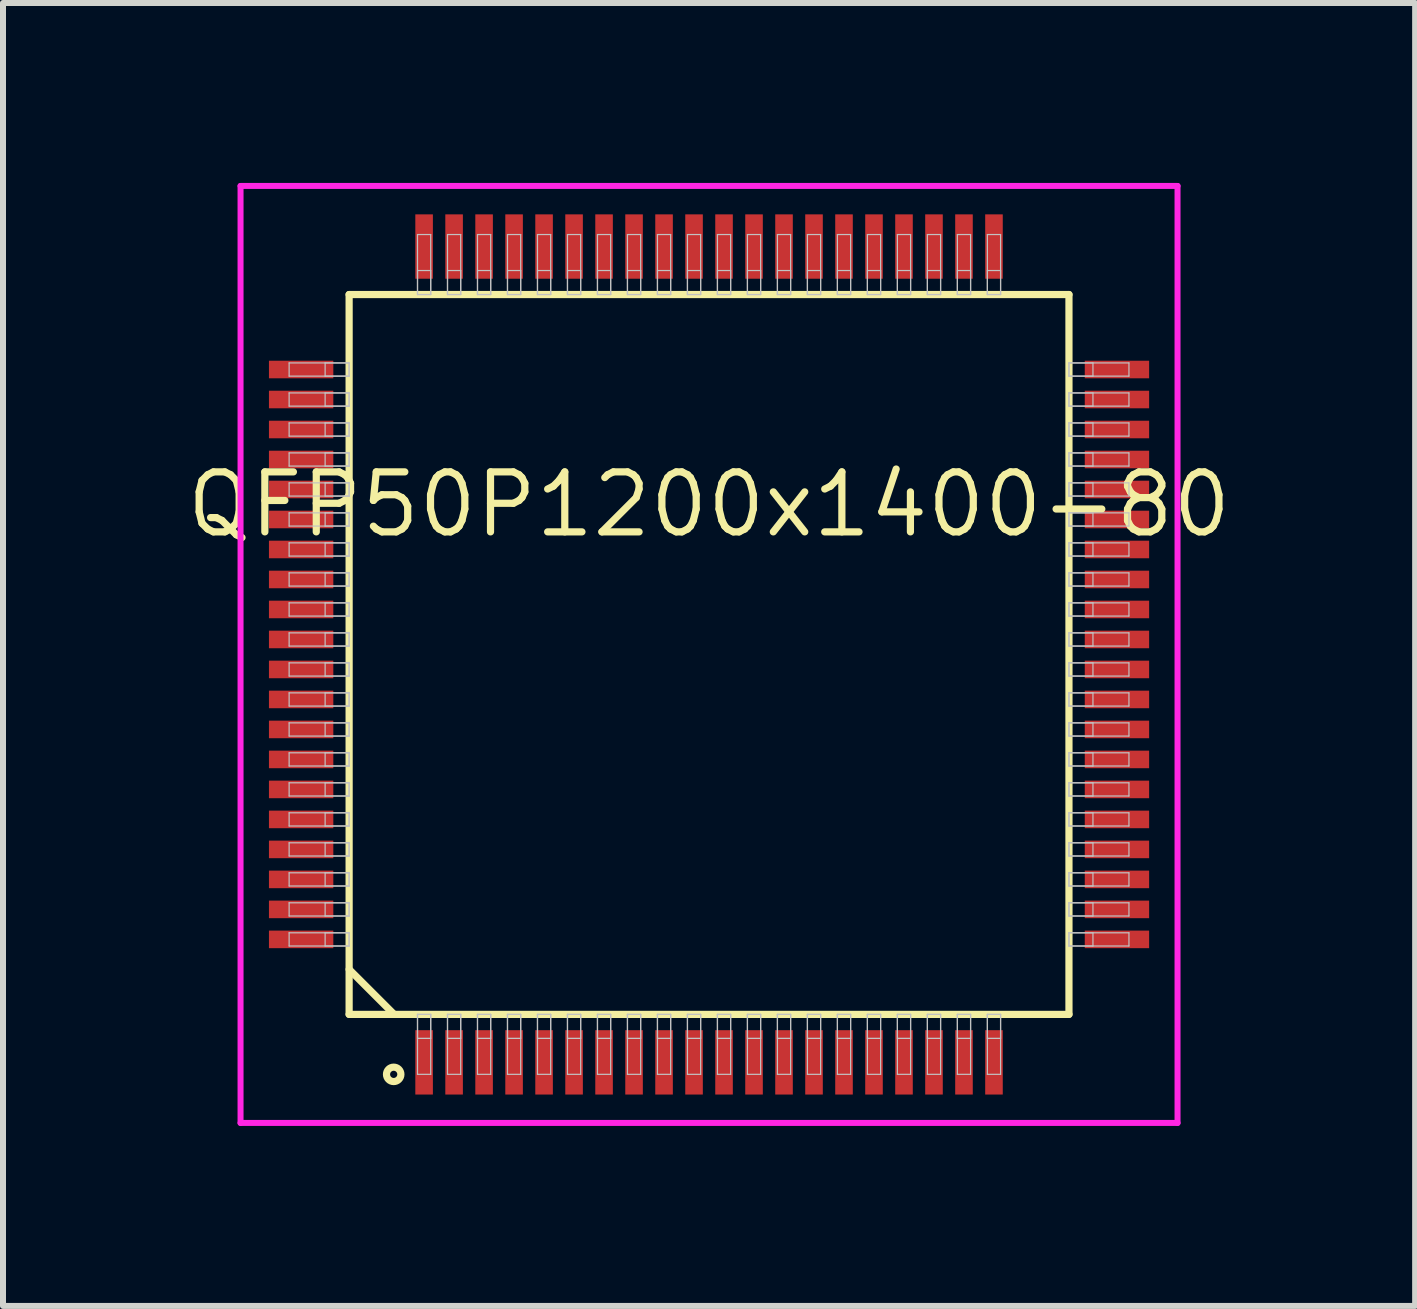
<source format=kicad_pcb>
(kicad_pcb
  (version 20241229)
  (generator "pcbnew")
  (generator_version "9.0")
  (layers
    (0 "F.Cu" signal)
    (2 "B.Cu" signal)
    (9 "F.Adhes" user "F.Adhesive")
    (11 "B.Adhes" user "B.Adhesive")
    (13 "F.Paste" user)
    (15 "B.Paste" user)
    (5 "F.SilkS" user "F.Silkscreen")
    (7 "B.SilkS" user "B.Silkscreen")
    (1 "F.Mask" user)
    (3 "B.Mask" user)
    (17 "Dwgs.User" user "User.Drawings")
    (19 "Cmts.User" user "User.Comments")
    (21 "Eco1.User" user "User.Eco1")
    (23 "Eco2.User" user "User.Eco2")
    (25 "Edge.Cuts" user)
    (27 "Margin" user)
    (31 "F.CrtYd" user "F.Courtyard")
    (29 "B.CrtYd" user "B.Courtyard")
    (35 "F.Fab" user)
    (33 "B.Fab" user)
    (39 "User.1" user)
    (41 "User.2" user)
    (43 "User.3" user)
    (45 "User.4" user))
  (footprint "QFP50P1200x1400-80"
    (layer "F.Cu")
    (at 8.77 7.86)
    (property "Reference" "QFP50P1200x1400-80" (at 0 -2.5 0) (layer "F.SilkS") (effects (font (size 1 1) (thickness 0.12))))
    (attr through_hole)
    (fp_line (start -6 -6) (end -6 6) (stroke (width 0.12) (type solid)) (layer "F.SilkS"))
    (fp_line (start -6 5.25) (end -5.25 6) (stroke (width 0.12) (type solid)) (layer "F.SilkS"))
    (fp_line (start -6 6) (end 6 6) (stroke (width 0.12) (type solid)) (layer "F.SilkS"))
    (fp_line (start 6 -6) (end -6 -6) (stroke (width 0.12) (type solid)) (layer "F.SilkS"))
    (fp_line (start 6 6) (end 6 -6) (stroke (width 0.12) (type solid)) (layer "F.SilkS"))
    (fp_circle (center -5.257 7) (end -5.137 7) (stroke (width 0.12) (type solid)) (fill no) (layer "F.SilkS"))
    (fp_line (start -7 -4.86) (end -7 -4.64) (stroke (width 0.02) (type solid)) (layer "Dwgs.User"))
    (fp_line (start -7 -4.64) (end -6 -4.64) (stroke (width 0.02) (type solid)) (layer "Dwgs.User"))
    (fp_line (start -7 -4.36) (end -7 -4.14) (stroke (width 0.02) (type solid)) (layer "Dwgs.User"))
    (fp_line (start -7 -4.14) (end -6 -4.14) (stroke (width 0.02) (type solid)) (layer "Dwgs.User"))
    (fp_line (start -7 -3.86) (end -7 -3.64) (stroke (width 0.02) (type solid)) (layer "Dwgs.User"))
    (fp_line (start -7 -3.64) (end -6 -3.64) (stroke (width 0.02) (type solid)) (layer "Dwgs.User"))
    (fp_line (start -7 -3.36) (end -7 -3.14) (stroke (width 0.02) (type solid)) (layer "Dwgs.User"))
    (fp_line (start -7 -3.14) (end -6 -3.14) (stroke (width 0.02) (type solid)) (layer "Dwgs.User"))
    (fp_line (start -7 -2.86) (end -7 -2.64) (stroke (width 0.02) (type solid)) (layer "Dwgs.User"))
    (fp_line (start -7 -2.64) (end -6 -2.64) (stroke (width 0.02) (type solid)) (layer "Dwgs.User"))
    (fp_line (start -7 -2.36) (end -7 -2.14) (stroke (width 0.02) (type solid)) (layer "Dwgs.User"))
    (fp_line (start -7 -2.14) (end -6 -2.14) (stroke (width 0.02) (type solid)) (layer "Dwgs.User"))
    (fp_line (start -7 -1.86) (end -7 -1.64) (stroke (width 0.02) (type solid)) (layer "Dwgs.User"))
    (fp_line (start -7 -1.64) (end -6 -1.64) (stroke (width 0.02) (type solid)) (layer "Dwgs.User"))
    (fp_line (start -7 -1.36) (end -7 -1.14) (stroke (width 0.02) (type solid)) (layer "Dwgs.User"))
    (fp_line (start -7 -1.14) (end -6 -1.14) (stroke (width 0.02) (type solid)) (layer "Dwgs.User"))
    (fp_line (start -7 -0.86) (end -7 -0.64) (stroke (width 0.02) (type solid)) (layer "Dwgs.User"))
    (fp_line (start -7 -0.64) (end -6 -0.64) (stroke (width 0.02) (type solid)) (layer "Dwgs.User"))
    (fp_line (start -7 -0.36) (end -7 -0.14) (stroke (width 0.02) (type solid)) (layer "Dwgs.User"))
    (fp_line (start -7 -0.14) (end -6 -0.14) (stroke (width 0.02) (type solid)) (layer "Dwgs.User"))
    (fp_line (start -7 0.14) (end -7 0.36) (stroke (width 0.02) (type solid)) (layer "Dwgs.User"))
    (fp_line (start -7 0.36) (end -6 0.36) (stroke (width 0.02) (type solid)) (layer "Dwgs.User"))
    (fp_line (start -7 0.64) (end -7 0.86) (stroke (width 0.02) (type solid)) (layer "Dwgs.User"))
    (fp_line (start -7 0.86) (end -6 0.86) (stroke (width 0.02) (type solid)) (layer "Dwgs.User"))
    (fp_line (start -7 1.14) (end -7 1.36) (stroke (width 0.02) (type solid)) (layer "Dwgs.User"))
    (fp_line (start -7 1.36) (end -6 1.36) (stroke (width 0.02) (type solid)) (layer "Dwgs.User"))
    (fp_line (start -7 1.64) (end -7 1.86) (stroke (width 0.02) (type solid)) (layer "Dwgs.User"))
    (fp_line (start -7 1.86) (end -6 1.86) (stroke (width 0.02) (type solid)) (layer "Dwgs.User"))
    (fp_line (start -7 2.14) (end -7 2.36) (stroke (width 0.02) (type solid)) (layer "Dwgs.User"))
    (fp_line (start -7 2.36) (end -6 2.36) (stroke (width 0.02) (type solid)) (layer "Dwgs.User"))
    (fp_line (start -7 2.64) (end -7 2.86) (stroke (width 0.02) (type solid)) (layer "Dwgs.User"))
    (fp_line (start -7 2.86) (end -6 2.86) (stroke (width 0.02) (type solid)) (layer "Dwgs.User"))
    (fp_line (start -7 3.14) (end -7 3.36) (stroke (width 0.02) (type solid)) (layer "Dwgs.User"))
    (fp_line (start -7 3.36) (end -6 3.36) (stroke (width 0.02) (type solid)) (layer "Dwgs.User"))
    (fp_line (start -7 3.64) (end -7 3.86) (stroke (width 0.02) (type solid)) (layer "Dwgs.User"))
    (fp_line (start -7 3.86) (end -6 3.86) (stroke (width 0.02) (type solid)) (layer "Dwgs.User"))
    (fp_line (start -7 4.14) (end -7 4.36) (stroke (width 0.02) (type solid)) (layer "Dwgs.User"))
    (fp_line (start -7 4.36) (end -6 4.36) (stroke (width 0.02) (type solid)) (layer "Dwgs.User"))
    (fp_line (start -7 4.64) (end -7 4.86) (stroke (width 0.02) (type solid)) (layer "Dwgs.User"))
    (fp_line (start -7 4.86) (end -6 4.86) (stroke (width 0.02) (type solid)) (layer "Dwgs.User"))
    (fp_line (start -6.4 -4.86) (end -6.4 -4.64) (stroke (width 0.02) (type solid)) (layer "Dwgs.User"))
    (fp_line (start -6.4 -4.64) (end -6 -4.64) (stroke (width 0.02) (type solid)) (layer "Dwgs.User"))
    (fp_line (start -6.4 -4.36) (end -6.4 -4.14) (stroke (width 0.02) (type solid)) (layer "Dwgs.User"))
    (fp_line (start -6.4 -4.14) (end -6 -4.14) (stroke (width 0.02) (type solid)) (layer "Dwgs.User"))
    (fp_line (start -6.4 -3.86) (end -6.4 -3.64) (stroke (width 0.02) (type solid)) (layer "Dwgs.User"))
    (fp_line (start -6.4 -3.64) (end -6 -3.64) (stroke (width 0.02) (type solid)) (layer "Dwgs.User"))
    (fp_line (start -6.4 -3.36) (end -6.4 -3.14) (stroke (width 0.02) (type solid)) (layer "Dwgs.User"))
    (fp_line (start -6.4 -3.14) (end -6 -3.14) (stroke (width 0.02) (type solid)) (layer "Dwgs.User"))
    (fp_line (start -6.4 -2.86) (end -6.4 -2.64) (stroke (width 0.02) (type solid)) (layer "Dwgs.User"))
    (fp_line (start -6.4 -2.64) (end -6 -2.64) (stroke (width 0.02) (type solid)) (layer "Dwgs.User"))
    (fp_line (start -6.4 -2.36) (end -6.4 -2.14) (stroke (width 0.02) (type solid)) (layer "Dwgs.User"))
    (fp_line (start -6.4 -2.14) (end -6 -2.14) (stroke (width 0.02) (type solid)) (layer "Dwgs.User"))
    (fp_line (start -6.4 -1.86) (end -6.4 -1.64) (stroke (width 0.02) (type solid)) (layer "Dwgs.User"))
    (fp_line (start -6.4 -1.64) (end -6 -1.64) (stroke (width 0.02) (type solid)) (layer "Dwgs.User"))
    (fp_line (start -6.4 -1.36) (end -6.4 -1.14) (stroke (width 0.02) (type solid)) (layer "Dwgs.User"))
    (fp_line (start -6.4 -1.14) (end -6 -1.14) (stroke (width 0.02) (type solid)) (layer "Dwgs.User"))
    (fp_line (start -6.4 -0.86) (end -6.4 -0.64) (stroke (width 0.02) (type solid)) (layer "Dwgs.User"))
    (fp_line (start -6.4 -0.64) (end -6 -0.64) (stroke (width 0.02) (type solid)) (layer "Dwgs.User"))
    (fp_line (start -6.4 -0.36) (end -6.4 -0.14) (stroke (width 0.02) (type solid)) (layer "Dwgs.User"))
    (fp_line (start -6.4 -0.14) (end -6 -0.14) (stroke (width 0.02) (type solid)) (layer "Dwgs.User"))
    (fp_line (start -6.4 0.14) (end -6.4 0.36) (stroke (width 0.02) (type solid)) (layer "Dwgs.User"))
    (fp_line (start -6.4 0.36) (end -6 0.36) (stroke (width 0.02) (type solid)) (layer "Dwgs.User"))
    (fp_line (start -6.4 0.64) (end -6.4 0.86) (stroke (width 0.02) (type solid)) (layer "Dwgs.User"))
    (fp_line (start -6.4 0.86) (end -6 0.86) (stroke (width 0.02) (type solid)) (layer "Dwgs.User"))
    (fp_line (start -6.4 1.14) (end -6.4 1.36) (stroke (width 0.02) (type solid)) (layer "Dwgs.User"))
    (fp_line (start -6.4 1.36) (end -6 1.36) (stroke (width 0.02) (type solid)) (layer "Dwgs.User"))
    (fp_line (start -6.4 1.64) (end -6.4 1.86) (stroke (width 0.02) (type solid)) (layer "Dwgs.User"))
    (fp_line (start -6.4 1.86) (end -6 1.86) (stroke (width 0.02) (type solid)) (layer "Dwgs.User"))
    (fp_line (start -6.4 2.14) (end -6.4 2.36) (stroke (width 0.02) (type solid)) (layer "Dwgs.User"))
    (fp_line (start -6.4 2.36) (end -6 2.36) (stroke (width 0.02) (type solid)) (layer "Dwgs.User"))
    (fp_line (start -6.4 2.64) (end -6.4 2.86) (stroke (width 0.02) (type solid)) (layer "Dwgs.User"))
    (fp_line (start -6.4 2.86) (end -6 2.86) (stroke (width 0.02) (type solid)) (layer "Dwgs.User"))
    (fp_line (start -6.4 3.14) (end -6.4 3.36) (stroke (width 0.02) (type solid)) (layer "Dwgs.User"))
    (fp_line (start -6.4 3.36) (end -6 3.36) (stroke (width 0.02) (type solid)) (layer "Dwgs.User"))
    (fp_line (start -6.4 3.64) (end -6.4 3.86) (stroke (width 0.02) (type solid)) (layer "Dwgs.User"))
    (fp_line (start -6.4 3.86) (end -6 3.86) (stroke (width 0.02) (type solid)) (layer "Dwgs.User"))
    (fp_line (start -6.4 4.14) (end -6.4 4.36) (stroke (width 0.02) (type solid)) (layer "Dwgs.User"))
    (fp_line (start -6.4 4.36) (end -6 4.36) (stroke (width 0.02) (type solid)) (layer "Dwgs.User"))
    (fp_line (start -6.4 4.64) (end -6.4 4.86) (stroke (width 0.02) (type solid)) (layer "Dwgs.User"))
    (fp_line (start -6.4 4.86) (end -6 4.86) (stroke (width 0.02) (type solid)) (layer "Dwgs.User"))
    (fp_line (start -6 -4.86) (end -7 -4.86) (stroke (width 0.02) (type solid)) (layer "Dwgs.User"))
    (fp_line (start -6 -4.86) (end -6.4 -4.86) (stroke (width 0.02) (type solid)) (layer "Dwgs.User"))
    (fp_line (start -6 -4.64) (end -6 -4.86) (stroke (width 0.02) (type solid)) (layer "Dwgs.User"))
    (fp_line (start -6 -4.64) (end -6 -4.86) (stroke (width 0.02) (type solid)) (layer "Dwgs.User"))
    (fp_line (start -6 -4.36) (end -7 -4.36) (stroke (width 0.02) (type solid)) (layer "Dwgs.User"))
    (fp_line (start -6 -4.36) (end -6.4 -4.36) (stroke (width 0.02) (type solid)) (layer "Dwgs.User"))
    (fp_line (start -6 -4.14) (end -6 -4.36) (stroke (width 0.02) (type solid)) (layer "Dwgs.User"))
    (fp_line (start -6 -4.14) (end -6 -4.36) (stroke (width 0.02) (type solid)) (layer "Dwgs.User"))
    (fp_line (start -6 -3.86) (end -7 -3.86) (stroke (width 0.02) (type solid)) (layer "Dwgs.User"))
    (fp_line (start -6 -3.86) (end -6.4 -3.86) (stroke (width 0.02) (type solid)) (layer "Dwgs.User"))
    (fp_line (start -6 -3.64) (end -6 -3.86) (stroke (width 0.02) (type solid)) (layer "Dwgs.User"))
    (fp_line (start -6 -3.64) (end -6 -3.86) (stroke (width 0.02) (type solid)) (layer "Dwgs.User"))
    (fp_line (start -6 -3.36) (end -7 -3.36) (stroke (width 0.02) (type solid)) (layer "Dwgs.User"))
    (fp_line (start -6 -3.36) (end -6.4 -3.36) (stroke (width 0.02) (type solid)) (layer "Dwgs.User"))
    (fp_line (start -6 -3.14) (end -6 -3.36) (stroke (width 0.02) (type solid)) (layer "Dwgs.User"))
    (fp_line (start -6 -3.14) (end -6 -3.36) (stroke (width 0.02) (type solid)) (layer "Dwgs.User"))
    (fp_line (start -6 -2.86) (end -7 -2.86) (stroke (width 0.02) (type solid)) (layer "Dwgs.User"))
    (fp_line (start -6 -2.86) (end -6.4 -2.86) (stroke (width 0.02) (type solid)) (layer "Dwgs.User"))
    (fp_line (start -6 -2.64) (end -6 -2.86) (stroke (width 0.02) (type solid)) (layer "Dwgs.User"))
    (fp_line (start -6 -2.64) (end -6 -2.86) (stroke (width 0.02) (type solid)) (layer "Dwgs.User"))
    (fp_line (start -6 -2.36) (end -7 -2.36) (stroke (width 0.02) (type solid)) (layer "Dwgs.User"))
    (fp_line (start -6 -2.36) (end -6.4 -2.36) (stroke (width 0.02) (type solid)) (layer "Dwgs.User"))
    (fp_line (start -6 -2.14) (end -6 -2.36) (stroke (width 0.02) (type solid)) (layer "Dwgs.User"))
    (fp_line (start -6 -2.14) (end -6 -2.36) (stroke (width 0.02) (type solid)) (layer "Dwgs.User"))
    (fp_line (start -6 -1.86) (end -7 -1.86) (stroke (width 0.02) (type solid)) (layer "Dwgs.User"))
    (fp_line (start -6 -1.86) (end -6.4 -1.86) (stroke (width 0.02) (type solid)) (layer "Dwgs.User"))
    (fp_line (start -6 -1.64) (end -6 -1.86) (stroke (width 0.02) (type solid)) (layer "Dwgs.User"))
    (fp_line (start -6 -1.64) (end -6 -1.86) (stroke (width 0.02) (type solid)) (layer "Dwgs.User"))
    (fp_line (start -6 -1.36) (end -7 -1.36) (stroke (width 0.02) (type solid)) (layer "Dwgs.User"))
    (fp_line (start -6 -1.36) (end -6.4 -1.36) (stroke (width 0.02) (type solid)) (layer "Dwgs.User"))
    (fp_line (start -6 -1.14) (end -6 -1.36) (stroke (width 0.02) (type solid)) (layer "Dwgs.User"))
    (fp_line (start -6 -1.14) (end -6 -1.36) (stroke (width 0.02) (type solid)) (layer "Dwgs.User"))
    (fp_line (start -6 -0.86) (end -7 -0.86) (stroke (width 0.02) (type solid)) (layer "Dwgs.User"))
    (fp_line (start -6 -0.86) (end -6.4 -0.86) (stroke (width 0.02) (type solid)) (layer "Dwgs.User"))
    (fp_line (start -6 -0.64) (end -6 -0.86) (stroke (width 0.02) (type solid)) (layer "Dwgs.User"))
    (fp_line (start -6 -0.64) (end -6 -0.86) (stroke (width 0.02) (type solid)) (layer "Dwgs.User"))
    (fp_line (start -6 -0.36) (end -7 -0.36) (stroke (width 0.02) (type solid)) (layer "Dwgs.User"))
    (fp_line (start -6 -0.36) (end -6.4 -0.36) (stroke (width 0.02) (type solid)) (layer "Dwgs.User"))
    (fp_line (start -6 -0.14) (end -6 -0.36) (stroke (width 0.02) (type solid)) (layer "Dwgs.User"))
    (fp_line (start -6 -0.14) (end -6 -0.36) (stroke (width 0.02) (type solid)) (layer "Dwgs.User"))
    (fp_line (start -6 0.14) (end -7 0.14) (stroke (width 0.02) (type solid)) (layer "Dwgs.User"))
    (fp_line (start -6 0.14) (end -6.4 0.14) (stroke (width 0.02) (type solid)) (layer "Dwgs.User"))
    (fp_line (start -6 0.36) (end -6 0.14) (stroke (width 0.02) (type solid)) (layer "Dwgs.User"))
    (fp_line (start -6 0.36) (end -6 0.14) (stroke (width 0.02) (type solid)) (layer "Dwgs.User"))
    (fp_line (start -6 0.64) (end -7 0.64) (stroke (width 0.02) (type solid)) (layer "Dwgs.User"))
    (fp_line (start -6 0.64) (end -6.4 0.64) (stroke (width 0.02) (type solid)) (layer "Dwgs.User"))
    (fp_line (start -6 0.86) (end -6 0.64) (stroke (width 0.02) (type solid)) (layer "Dwgs.User"))
    (fp_line (start -6 0.86) (end -6 0.64) (stroke (width 0.02) (type solid)) (layer "Dwgs.User"))
    (fp_line (start -6 1.14) (end -7 1.14) (stroke (width 0.02) (type solid)) (layer "Dwgs.User"))
    (fp_line (start -6 1.14) (end -6.4 1.14) (stroke (width 0.02) (type solid)) (layer "Dwgs.User"))
    (fp_line (start -6 1.36) (end -6 1.14) (stroke (width 0.02) (type solid)) (layer "Dwgs.User"))
    (fp_line (start -6 1.36) (end -6 1.14) (stroke (width 0.02) (type solid)) (layer "Dwgs.User"))
    (fp_line (start -6 1.64) (end -7 1.64) (stroke (width 0.02) (type solid)) (layer "Dwgs.User"))
    (fp_line (start -6 1.64) (end -6.4 1.64) (stroke (width 0.02) (type solid)) (layer "Dwgs.User"))
    (fp_line (start -6 1.86) (end -6 1.64) (stroke (width 0.02) (type solid)) (layer "Dwgs.User"))
    (fp_line (start -6 1.86) (end -6 1.64) (stroke (width 0.02) (type solid)) (layer "Dwgs.User"))
    (fp_line (start -6 2.14) (end -7 2.14) (stroke (width 0.02) (type solid)) (layer "Dwgs.User"))
    (fp_line (start -6 2.14) (end -6.4 2.14) (stroke (width 0.02) (type solid)) (layer "Dwgs.User"))
    (fp_line (start -6 2.36) (end -6 2.14) (stroke (width 0.02) (type solid)) (layer "Dwgs.User"))
    (fp_line (start -6 2.36) (end -6 2.14) (stroke (width 0.02) (type solid)) (layer "Dwgs.User"))
    (fp_line (start -6 2.64) (end -7 2.64) (stroke (width 0.02) (type solid)) (layer "Dwgs.User"))
    (fp_line (start -6 2.64) (end -6.4 2.64) (stroke (width 0.02) (type solid)) (layer "Dwgs.User"))
    (fp_line (start -6 2.86) (end -6 2.64) (stroke (width 0.02) (type solid)) (layer "Dwgs.User"))
    (fp_line (start -6 2.86) (end -6 2.64) (stroke (width 0.02) (type solid)) (layer "Dwgs.User"))
    (fp_line (start -6 3.14) (end -7 3.14) (stroke (width 0.02) (type solid)) (layer "Dwgs.User"))
    (fp_line (start -6 3.14) (end -6.4 3.14) (stroke (width 0.02) (type solid)) (layer "Dwgs.User"))
    (fp_line (start -6 3.36) (end -6 3.14) (stroke (width 0.02) (type solid)) (layer "Dwgs.User"))
    (fp_line (start -6 3.36) (end -6 3.14) (stroke (width 0.02) (type solid)) (layer "Dwgs.User"))
    (fp_line (start -6 3.64) (end -7 3.64) (stroke (width 0.02) (type solid)) (layer "Dwgs.User"))
    (fp_line (start -6 3.64) (end -6.4 3.64) (stroke (width 0.02) (type solid)) (layer "Dwgs.User"))
    (fp_line (start -6 3.86) (end -6 3.64) (stroke (width 0.02) (type solid)) (layer "Dwgs.User"))
    (fp_line (start -6 3.86) (end -6 3.64) (stroke (width 0.02) (type solid)) (layer "Dwgs.User"))
    (fp_line (start -6 4.14) (end -7 4.14) (stroke (width 0.02) (type solid)) (layer "Dwgs.User"))
    (fp_line (start -6 4.14) (end -6.4 4.14) (stroke (width 0.02) (type solid)) (layer "Dwgs.User"))
    (fp_line (start -6 4.36) (end -6 4.14) (stroke (width 0.02) (type solid)) (layer "Dwgs.User"))
    (fp_line (start -6 4.36) (end -6 4.14) (stroke (width 0.02) (type solid)) (layer "Dwgs.User"))
    (fp_line (start -6 4.64) (end -7 4.64) (stroke (width 0.02) (type solid)) (layer "Dwgs.User"))
    (fp_line (start -6 4.64) (end -6.4 4.64) (stroke (width 0.02) (type solid)) (layer "Dwgs.User"))
    (fp_line (start -6 4.86) (end -6 4.64) (stroke (width 0.02) (type solid)) (layer "Dwgs.User"))
    (fp_line (start -6 4.86) (end -6 4.64) (stroke (width 0.02) (type solid)) (layer "Dwgs.User"))
    (fp_line (start -4.86 -7) (end -4.86 -6) (stroke (width 0.02) (type solid)) (layer "Dwgs.User"))
    (fp_line (start -4.86 -6.4) (end -4.86 -6) (stroke (width 0.02) (type solid)) (layer "Dwgs.User"))
    (fp_line (start -4.86 -6) (end -4.64 -6) (stroke (width 0.02) (type solid)) (layer "Dwgs.User"))
    (fp_line (start -4.86 -6) (end -4.64 -6) (stroke (width 0.02) (type solid)) (layer "Dwgs.User"))
    (fp_line (start -4.86 6) (end -4.64 6) (stroke (width 0.02) (type solid)) (layer "Dwgs.User"))
    (fp_line (start -4.86 6) (end -4.64 6) (stroke (width 0.02) (type solid)) (layer "Dwgs.User"))
    (fp_line (start -4.86 6.4) (end -4.86 6) (stroke (width 0.02) (type solid)) (layer "Dwgs.User"))
    (fp_line (start -4.86 7) (end -4.86 6) (stroke (width 0.02) (type solid)) (layer "Dwgs.User"))
    (fp_line (start -4.64 -7) (end -4.86 -7) (stroke (width 0.02) (type solid)) (layer "Dwgs.User"))
    (fp_line (start -4.64 -6.4) (end -4.86 -6.4) (stroke (width 0.02) (type solid)) (layer "Dwgs.User"))
    (fp_line (start -4.64 -6) (end -4.64 -7) (stroke (width 0.02) (type solid)) (layer "Dwgs.User"))
    (fp_line (start -4.64 -6) (end -4.64 -6.4) (stroke (width 0.02) (type solid)) (layer "Dwgs.User"))
    (fp_line (start -4.64 6) (end -4.64 6.4) (stroke (width 0.02) (type solid)) (layer "Dwgs.User"))
    (fp_line (start -4.64 6) (end -4.64 7) (stroke (width 0.02) (type solid)) (layer "Dwgs.User"))
    (fp_line (start -4.64 6.4) (end -4.86 6.4) (stroke (width 0.02) (type solid)) (layer "Dwgs.User"))
    (fp_line (start -4.64 7) (end -4.86 7) (stroke (width 0.02) (type solid)) (layer "Dwgs.User"))
    (fp_line (start -4.36 -7) (end -4.36 -6) (stroke (width 0.02) (type solid)) (layer "Dwgs.User"))
    (fp_line (start -4.36 -6.4) (end -4.36 -6) (stroke (width 0.02) (type solid)) (layer "Dwgs.User"))
    (fp_line (start -4.36 -6) (end -4.14 -6) (stroke (width 0.02) (type solid)) (layer "Dwgs.User"))
    (fp_line (start -4.36 -6) (end -4.14 -6) (stroke (width 0.02) (type solid)) (layer "Dwgs.User"))
    (fp_line (start -4.36 6) (end -4.14 6) (stroke (width 0.02) (type solid)) (layer "Dwgs.User"))
    (fp_line (start -4.36 6) (end -4.14 6) (stroke (width 0.02) (type solid)) (layer "Dwgs.User"))
    (fp_line (start -4.36 6.4) (end -4.36 6) (stroke (width 0.02) (type solid)) (layer "Dwgs.User"))
    (fp_line (start -4.36 7) (end -4.36 6) (stroke (width 0.02) (type solid)) (layer "Dwgs.User"))
    (fp_line (start -4.14 -7) (end -4.36 -7) (stroke (width 0.02) (type solid)) (layer "Dwgs.User"))
    (fp_line (start -4.14 -6.4) (end -4.36 -6.4) (stroke (width 0.02) (type solid)) (layer "Dwgs.User"))
    (fp_line (start -4.14 -6) (end -4.14 -7) (stroke (width 0.02) (type solid)) (layer "Dwgs.User"))
    (fp_line (start -4.14 -6) (end -4.14 -6.4) (stroke (width 0.02) (type solid)) (layer "Dwgs.User"))
    (fp_line (start -4.14 6) (end -4.14 6.4) (stroke (width 0.02) (type solid)) (layer "Dwgs.User"))
    (fp_line (start -4.14 6) (end -4.14 7) (stroke (width 0.02) (type solid)) (layer "Dwgs.User"))
    (fp_line (start -4.14 6.4) (end -4.36 6.4) (stroke (width 0.02) (type solid)) (layer "Dwgs.User"))
    (fp_line (start -4.14 7) (end -4.36 7) (stroke (width 0.02) (type solid)) (layer "Dwgs.User"))
    (fp_line (start -3.86 -7) (end -3.86 -6) (stroke (width 0.02) (type solid)) (layer "Dwgs.User"))
    (fp_line (start -3.86 -6.4) (end -3.86 -6) (stroke (width 0.02) (type solid)) (layer "Dwgs.User"))
    (fp_line (start -3.86 -6) (end -3.64 -6) (stroke (width 0.02) (type solid)) (layer "Dwgs.User"))
    (fp_line (start -3.86 -6) (end -3.64 -6) (stroke (width 0.02) (type solid)) (layer "Dwgs.User"))
    (fp_line (start -3.86 6) (end -3.64 6) (stroke (width 0.02) (type solid)) (layer "Dwgs.User"))
    (fp_line (start -3.86 6) (end -3.64 6) (stroke (width 0.02) (type solid)) (layer "Dwgs.User"))
    (fp_line (start -3.86 6.4) (end -3.86 6) (stroke (width 0.02) (type solid)) (layer "Dwgs.User"))
    (fp_line (start -3.86 7) (end -3.86 6) (stroke (width 0.02) (type solid)) (layer "Dwgs.User"))
    (fp_line (start -3.64 -7) (end -3.86 -7) (stroke (width 0.02) (type solid)) (layer "Dwgs.User"))
    (fp_line (start -3.64 -6.4) (end -3.86 -6.4) (stroke (width 0.02) (type solid)) (layer "Dwgs.User"))
    (fp_line (start -3.64 -6) (end -3.64 -7) (stroke (width 0.02) (type solid)) (layer "Dwgs.User"))
    (fp_line (start -3.64 -6) (end -3.64 -6.4) (stroke (width 0.02) (type solid)) (layer "Dwgs.User"))
    (fp_line (start -3.64 6) (end -3.64 6.4) (stroke (width 0.02) (type solid)) (layer "Dwgs.User"))
    (fp_line (start -3.64 6) (end -3.64 7) (stroke (width 0.02) (type solid)) (layer "Dwgs.User"))
    (fp_line (start -3.64 6.4) (end -3.86 6.4) (stroke (width 0.02) (type solid)) (layer "Dwgs.User"))
    (fp_line (start -3.64 7) (end -3.86 7) (stroke (width 0.02) (type solid)) (layer "Dwgs.User"))
    (fp_line (start -3.36 -7) (end -3.36 -6) (stroke (width 0.02) (type solid)) (layer "Dwgs.User"))
    (fp_line (start -3.36 -6.4) (end -3.36 -6) (stroke (width 0.02) (type solid)) (layer "Dwgs.User"))
    (fp_line (start -3.36 -6) (end -3.14 -6) (stroke (width 0.02) (type solid)) (layer "Dwgs.User"))
    (fp_line (start -3.36 -6) (end -3.14 -6) (stroke (width 0.02) (type solid)) (layer "Dwgs.User"))
    (fp_line (start -3.36 6) (end -3.14 6) (stroke (width 0.02) (type solid)) (layer "Dwgs.User"))
    (fp_line (start -3.36 6) (end -3.14 6) (stroke (width 0.02) (type solid)) (layer "Dwgs.User"))
    (fp_line (start -3.36 6.4) (end -3.36 6) (stroke (width 0.02) (type solid)) (layer "Dwgs.User"))
    (fp_line (start -3.36 7) (end -3.36 6) (stroke (width 0.02) (type solid)) (layer "Dwgs.User"))
    (fp_line (start -3.14 -7) (end -3.36 -7) (stroke (width 0.02) (type solid)) (layer "Dwgs.User"))
    (fp_line (start -3.14 -6.4) (end -3.36 -6.4) (stroke (width 0.02) (type solid)) (layer "Dwgs.User"))
    (fp_line (start -3.14 -6) (end -3.14 -7) (stroke (width 0.02) (type solid)) (layer "Dwgs.User"))
    (fp_line (start -3.14 -6) (end -3.14 -6.4) (stroke (width 0.02) (type solid)) (layer "Dwgs.User"))
    (fp_line (start -3.14 6) (end -3.14 6.4) (stroke (width 0.02) (type solid)) (layer "Dwgs.User"))
    (fp_line (start -3.14 6) (end -3.14 7) (stroke (width 0.02) (type solid)) (layer "Dwgs.User"))
    (fp_line (start -3.14 6.4) (end -3.36 6.4) (stroke (width 0.02) (type solid)) (layer "Dwgs.User"))
    (fp_line (start -3.14 7) (end -3.36 7) (stroke (width 0.02) (type solid)) (layer "Dwgs.User"))
    (fp_line (start -2.86 -7) (end -2.86 -6) (stroke (width 0.02) (type solid)) (layer "Dwgs.User"))
    (fp_line (start -2.86 -6.4) (end -2.86 -6) (stroke (width 0.02) (type solid)) (layer "Dwgs.User"))
    (fp_line (start -2.86 -6) (end -2.64 -6) (stroke (width 0.02) (type solid)) (layer "Dwgs.User"))
    (fp_line (start -2.86 -6) (end -2.64 -6) (stroke (width 0.02) (type solid)) (layer "Dwgs.User"))
    (fp_line (start -2.86 6) (end -2.64 6) (stroke (width 0.02) (type solid)) (layer "Dwgs.User"))
    (fp_line (start -2.86 6) (end -2.64 6) (stroke (width 0.02) (type solid)) (layer "Dwgs.User"))
    (fp_line (start -2.86 6.4) (end -2.86 6) (stroke (width 0.02) (type solid)) (layer "Dwgs.User"))
    (fp_line (start -2.86 7) (end -2.86 6) (stroke (width 0.02) (type solid)) (layer "Dwgs.User"))
    (fp_line (start -2.64 -7) (end -2.86 -7) (stroke (width 0.02) (type solid)) (layer "Dwgs.User"))
    (fp_line (start -2.64 -6.4) (end -2.86 -6.4) (stroke (width 0.02) (type solid)) (layer "Dwgs.User"))
    (fp_line (start -2.64 -6) (end -2.64 -7) (stroke (width 0.02) (type solid)) (layer "Dwgs.User"))
    (fp_line (start -2.64 -6) (end -2.64 -6.4) (stroke (width 0.02) (type solid)) (layer "Dwgs.User"))
    (fp_line (start -2.64 6) (end -2.64 6.4) (stroke (width 0.02) (type solid)) (layer "Dwgs.User"))
    (fp_line (start -2.64 6) (end -2.64 7) (stroke (width 0.02) (type solid)) (layer "Dwgs.User"))
    (fp_line (start -2.64 6.4) (end -2.86 6.4) (stroke (width 0.02) (type solid)) (layer "Dwgs.User"))
    (fp_line (start -2.64 7) (end -2.86 7) (stroke (width 0.02) (type solid)) (layer "Dwgs.User"))
    (fp_line (start -2.36 -7) (end -2.36 -6) (stroke (width 0.02) (type solid)) (layer "Dwgs.User"))
    (fp_line (start -2.36 -6.4) (end -2.36 -6) (stroke (width 0.02) (type solid)) (layer "Dwgs.User"))
    (fp_line (start -2.36 -6) (end -2.14 -6) (stroke (width 0.02) (type solid)) (layer "Dwgs.User"))
    (fp_line (start -2.36 -6) (end -2.14 -6) (stroke (width 0.02) (type solid)) (layer "Dwgs.User"))
    (fp_line (start -2.36 6) (end -2.14 6) (stroke (width 0.02) (type solid)) (layer "Dwgs.User"))
    (fp_line (start -2.36 6) (end -2.14 6) (stroke (width 0.02) (type solid)) (layer "Dwgs.User"))
    (fp_line (start -2.36 6.4) (end -2.36 6) (stroke (width 0.02) (type solid)) (layer "Dwgs.User"))
    (fp_line (start -2.36 7) (end -2.36 6) (stroke (width 0.02) (type solid)) (layer "Dwgs.User"))
    (fp_line (start -2.14 -7) (end -2.36 -7) (stroke (width 0.02) (type solid)) (layer "Dwgs.User"))
    (fp_line (start -2.14 -6.4) (end -2.36 -6.4) (stroke (width 0.02) (type solid)) (layer "Dwgs.User"))
    (fp_line (start -2.14 -6) (end -2.14 -7) (stroke (width 0.02) (type solid)) (layer "Dwgs.User"))
    (fp_line (start -2.14 -6) (end -2.14 -6.4) (stroke (width 0.02) (type solid)) (layer "Dwgs.User"))
    (fp_line (start -2.14 6) (end -2.14 6.4) (stroke (width 0.02) (type solid)) (layer "Dwgs.User"))
    (fp_line (start -2.14 6) (end -2.14 7) (stroke (width 0.02) (type solid)) (layer "Dwgs.User"))
    (fp_line (start -2.14 6.4) (end -2.36 6.4) (stroke (width 0.02) (type solid)) (layer "Dwgs.User"))
    (fp_line (start -2.14 7) (end -2.36 7) (stroke (width 0.02) (type solid)) (layer "Dwgs.User"))
    (fp_line (start -1.86 -7) (end -1.86 -6) (stroke (width 0.02) (type solid)) (layer "Dwgs.User"))
    (fp_line (start -1.86 -6.4) (end -1.86 -6) (stroke (width 0.02) (type solid)) (layer "Dwgs.User"))
    (fp_line (start -1.86 -6) (end -1.64 -6) (stroke (width 0.02) (type solid)) (layer "Dwgs.User"))
    (fp_line (start -1.86 -6) (end -1.64 -6) (stroke (width 0.02) (type solid)) (layer "Dwgs.User"))
    (fp_line (start -1.86 6) (end -1.64 6) (stroke (width 0.02) (type solid)) (layer "Dwgs.User"))
    (fp_line (start -1.86 6) (end -1.64 6) (stroke (width 0.02) (type solid)) (layer "Dwgs.User"))
    (fp_line (start -1.86 6.4) (end -1.86 6) (stroke (width 0.02) (type solid)) (layer "Dwgs.User"))
    (fp_line (start -1.86 7) (end -1.86 6) (stroke (width 0.02) (type solid)) (layer "Dwgs.User"))
    (fp_line (start -1.64 -7) (end -1.86 -7) (stroke (width 0.02) (type solid)) (layer "Dwgs.User"))
    (fp_line (start -1.64 -6.4) (end -1.86 -6.4) (stroke (width 0.02) (type solid)) (layer "Dwgs.User"))
    (fp_line (start -1.64 -6) (end -1.64 -7) (stroke (width 0.02) (type solid)) (layer "Dwgs.User"))
    (fp_line (start -1.64 -6) (end -1.64 -6.4) (stroke (width 0.02) (type solid)) (layer "Dwgs.User"))
    (fp_line (start -1.64 6) (end -1.64 6.4) (stroke (width 0.02) (type solid)) (layer "Dwgs.User"))
    (fp_line (start -1.64 6) (end -1.64 7) (stroke (width 0.02) (type solid)) (layer "Dwgs.User"))
    (fp_line (start -1.64 6.4) (end -1.86 6.4) (stroke (width 0.02) (type solid)) (layer "Dwgs.User"))
    (fp_line (start -1.64 7) (end -1.86 7) (stroke (width 0.02) (type solid)) (layer "Dwgs.User"))
    (fp_line (start -1.36 -7) (end -1.36 -6) (stroke (width 0.02) (type solid)) (layer "Dwgs.User"))
    (fp_line (start -1.36 -6.4) (end -1.36 -6) (stroke (width 0.02) (type solid)) (layer "Dwgs.User"))
    (fp_line (start -1.36 -6) (end -1.14 -6) (stroke (width 0.02) (type solid)) (layer "Dwgs.User"))
    (fp_line (start -1.36 -6) (end -1.14 -6) (stroke (width 0.02) (type solid)) (layer "Dwgs.User"))
    (fp_line (start -1.36 6) (end -1.14 6) (stroke (width 0.02) (type solid)) (layer "Dwgs.User"))
    (fp_line (start -1.36 6) (end -1.14 6) (stroke (width 0.02) (type solid)) (layer "Dwgs.User"))
    (fp_line (start -1.36 6.4) (end -1.36 6) (stroke (width 0.02) (type solid)) (layer "Dwgs.User"))
    (fp_line (start -1.36 7) (end -1.36 6) (stroke (width 0.02) (type solid)) (layer "Dwgs.User"))
    (fp_line (start -1.14 -7) (end -1.36 -7) (stroke (width 0.02) (type solid)) (layer "Dwgs.User"))
    (fp_line (start -1.14 -6.4) (end -1.36 -6.4) (stroke (width 0.02) (type solid)) (layer "Dwgs.User"))
    (fp_line (start -1.14 -6) (end -1.14 -7) (stroke (width 0.02) (type solid)) (layer "Dwgs.User"))
    (fp_line (start -1.14 -6) (end -1.14 -6.4) (stroke (width 0.02) (type solid)) (layer "Dwgs.User"))
    (fp_line (start -1.14 6) (end -1.14 6.4) (stroke (width 0.02) (type solid)) (layer "Dwgs.User"))
    (fp_line (start -1.14 6) (end -1.14 7) (stroke (width 0.02) (type solid)) (layer "Dwgs.User"))
    (fp_line (start -1.14 6.4) (end -1.36 6.4) (stroke (width 0.02) (type solid)) (layer "Dwgs.User"))
    (fp_line (start -1.14 7) (end -1.36 7) (stroke (width 0.02) (type solid)) (layer "Dwgs.User"))
    (fp_line (start -0.86 -7) (end -0.86 -6) (stroke (width 0.02) (type solid)) (layer "Dwgs.User"))
    (fp_line (start -0.86 -6.4) (end -0.86 -6) (stroke (width 0.02) (type solid)) (layer "Dwgs.User"))
    (fp_line (start -0.86 -6) (end -0.64 -6) (stroke (width 0.02) (type solid)) (layer "Dwgs.User"))
    (fp_line (start -0.86 -6) (end -0.64 -6) (stroke (width 0.02) (type solid)) (layer "Dwgs.User"))
    (fp_line (start -0.86 6) (end -0.64 6) (stroke (width 0.02) (type solid)) (layer "Dwgs.User"))
    (fp_line (start -0.86 6) (end -0.64 6) (stroke (width 0.02) (type solid)) (layer "Dwgs.User"))
    (fp_line (start -0.86 6.4) (end -0.86 6) (stroke (width 0.02) (type solid)) (layer "Dwgs.User"))
    (fp_line (start -0.86 7) (end -0.86 6) (stroke (width 0.02) (type solid)) (layer "Dwgs.User"))
    (fp_line (start -0.64 -7) (end -0.86 -7) (stroke (width 0.02) (type solid)) (layer "Dwgs.User"))
    (fp_line (start -0.64 -6.4) (end -0.86 -6.4) (stroke (width 0.02) (type solid)) (layer "Dwgs.User"))
    (fp_line (start -0.64 -6) (end -0.64 -7) (stroke (width 0.02) (type solid)) (layer "Dwgs.User"))
    (fp_line (start -0.64 -6) (end -0.64 -6.4) (stroke (width 0.02) (type solid)) (layer "Dwgs.User"))
    (fp_line (start -0.64 6) (end -0.64 6.4) (stroke (width 0.02) (type solid)) (layer "Dwgs.User"))
    (fp_line (start -0.64 6) (end -0.64 7) (stroke (width 0.02) (type solid)) (layer "Dwgs.User"))
    (fp_line (start -0.64 6.4) (end -0.86 6.4) (stroke (width 0.02) (type solid)) (layer "Dwgs.User"))
    (fp_line (start -0.64 7) (end -0.86 7) (stroke (width 0.02) (type solid)) (layer "Dwgs.User"))
    (fp_line (start -0.36 -7) (end -0.36 -6) (stroke (width 0.02) (type solid)) (layer "Dwgs.User"))
    (fp_line (start -0.36 -6.4) (end -0.36 -6) (stroke (width 0.02) (type solid)) (layer "Dwgs.User"))
    (fp_line (start -0.36 -6) (end -0.14 -6) (stroke (width 0.02) (type solid)) (layer "Dwgs.User"))
    (fp_line (start -0.36 -6) (end -0.14 -6) (stroke (width 0.02) (type solid)) (layer "Dwgs.User"))
    (fp_line (start -0.36 6) (end -0.14 6) (stroke (width 0.02) (type solid)) (layer "Dwgs.User"))
    (fp_line (start -0.36 6) (end -0.14 6) (stroke (width 0.02) (type solid)) (layer "Dwgs.User"))
    (fp_line (start -0.36 6.4) (end -0.36 6) (stroke (width 0.02) (type solid)) (layer "Dwgs.User"))
    (fp_line (start -0.36 7) (end -0.36 6) (stroke (width 0.02) (type solid)) (layer "Dwgs.User"))
    (fp_line (start -0.14 -7) (end -0.36 -7) (stroke (width 0.02) (type solid)) (layer "Dwgs.User"))
    (fp_line (start -0.14 -6.4) (end -0.36 -6.4) (stroke (width 0.02) (type solid)) (layer "Dwgs.User"))
    (fp_line (start -0.14 -6) (end -0.14 -7) (stroke (width 0.02) (type solid)) (layer "Dwgs.User"))
    (fp_line (start -0.14 -6) (end -0.14 -6.4) (stroke (width 0.02) (type solid)) (layer "Dwgs.User"))
    (fp_line (start -0.14 6) (end -0.14 6.4) (stroke (width 0.02) (type solid)) (layer "Dwgs.User"))
    (fp_line (start -0.14 6) (end -0.14 7) (stroke (width 0.02) (type solid)) (layer "Dwgs.User"))
    (fp_line (start -0.14 6.4) (end -0.36 6.4) (stroke (width 0.02) (type solid)) (layer "Dwgs.User"))
    (fp_line (start -0.14 7) (end -0.36 7) (stroke (width 0.02) (type solid)) (layer "Dwgs.User"))
    (fp_line (start 0.14 -7) (end 0.14 -6) (stroke (width 0.02) (type solid)) (layer "Dwgs.User"))
    (fp_line (start 0.14 -6.4) (end 0.14 -6) (stroke (width 0.02) (type solid)) (layer "Dwgs.User"))
    (fp_line (start 0.14 -6) (end 0.36 -6) (stroke (width 0.02) (type solid)) (layer "Dwgs.User"))
    (fp_line (start 0.14 -6) (end 0.36 -6) (stroke (width 0.02) (type solid)) (layer "Dwgs.User"))
    (fp_line (start 0.14 6) (end 0.36 6) (stroke (width 0.02) (type solid)) (layer "Dwgs.User"))
    (fp_line (start 0.14 6) (end 0.36 6) (stroke (width 0.02) (type solid)) (layer "Dwgs.User"))
    (fp_line (start 0.14 6.4) (end 0.14 6) (stroke (width 0.02) (type solid)) (layer "Dwgs.User"))
    (fp_line (start 0.14 7) (end 0.14 6) (stroke (width 0.02) (type solid)) (layer "Dwgs.User"))
    (fp_line (start 0.36 -7) (end 0.14 -7) (stroke (width 0.02) (type solid)) (layer "Dwgs.User"))
    (fp_line (start 0.36 -6.4) (end 0.14 -6.4) (stroke (width 0.02) (type solid)) (layer "Dwgs.User"))
    (fp_line (start 0.36 -6) (end 0.36 -7) (stroke (width 0.02) (type solid)) (layer "Dwgs.User"))
    (fp_line (start 0.36 -6) (end 0.36 -6.4) (stroke (width 0.02) (type solid)) (layer "Dwgs.User"))
    (fp_line (start 0.36 6) (end 0.36 6.4) (stroke (width 0.02) (type solid)) (layer "Dwgs.User"))
    (fp_line (start 0.36 6) (end 0.36 7) (stroke (width 0.02) (type solid)) (layer "Dwgs.User"))
    (fp_line (start 0.36 6.4) (end 0.14 6.4) (stroke (width 0.02) (type solid)) (layer "Dwgs.User"))
    (fp_line (start 0.36 7) (end 0.14 7) (stroke (width 0.02) (type solid)) (layer "Dwgs.User"))
    (fp_line (start 0.64 -7) (end 0.64 -6) (stroke (width 0.02) (type solid)) (layer "Dwgs.User"))
    (fp_line (start 0.64 -6.4) (end 0.64 -6) (stroke (width 0.02) (type solid)) (layer "Dwgs.User"))
    (fp_line (start 0.64 -6) (end 0.86 -6) (stroke (width 0.02) (type solid)) (layer "Dwgs.User"))
    (fp_line (start 0.64 -6) (end 0.86 -6) (stroke (width 0.02) (type solid)) (layer "Dwgs.User"))
    (fp_line (start 0.64 6) (end 0.86 6) (stroke (width 0.02) (type solid)) (layer "Dwgs.User"))
    (fp_line (start 0.64 6) (end 0.86 6) (stroke (width 0.02) (type solid)) (layer "Dwgs.User"))
    (fp_line (start 0.64 6.4) (end 0.64 6) (stroke (width 0.02) (type solid)) (layer "Dwgs.User"))
    (fp_line (start 0.64 7) (end 0.64 6) (stroke (width 0.02) (type solid)) (layer "Dwgs.User"))
    (fp_line (start 0.86 -7) (end 0.64 -7) (stroke (width 0.02) (type solid)) (layer "Dwgs.User"))
    (fp_line (start 0.86 -6.4) (end 0.64 -6.4) (stroke (width 0.02) (type solid)) (layer "Dwgs.User"))
    (fp_line (start 0.86 -6) (end 0.86 -7) (stroke (width 0.02) (type solid)) (layer "Dwgs.User"))
    (fp_line (start 0.86 -6) (end 0.86 -6.4) (stroke (width 0.02) (type solid)) (layer "Dwgs.User"))
    (fp_line (start 0.86 6) (end 0.86 6.4) (stroke (width 0.02) (type solid)) (layer "Dwgs.User"))
    (fp_line (start 0.86 6) (end 0.86 7) (stroke (width 0.02) (type solid)) (layer "Dwgs.User"))
    (fp_line (start 0.86 6.4) (end 0.64 6.4) (stroke (width 0.02) (type solid)) (layer "Dwgs.User"))
    (fp_line (start 0.86 7) (end 0.64 7) (stroke (width 0.02) (type solid)) (layer "Dwgs.User"))
    (fp_line (start 1.14 -7) (end 1.14 -6) (stroke (width 0.02) (type solid)) (layer "Dwgs.User"))
    (fp_line (start 1.14 -6.4) (end 1.14 -6) (stroke (width 0.02) (type solid)) (layer "Dwgs.User"))
    (fp_line (start 1.14 -6) (end 1.36 -6) (stroke (width 0.02) (type solid)) (layer "Dwgs.User"))
    (fp_line (start 1.14 -6) (end 1.36 -6) (stroke (width 0.02) (type solid)) (layer "Dwgs.User"))
    (fp_line (start 1.14 6) (end 1.36 6) (stroke (width 0.02) (type solid)) (layer "Dwgs.User"))
    (fp_line (start 1.14 6) (end 1.36 6) (stroke (width 0.02) (type solid)) (layer "Dwgs.User"))
    (fp_line (start 1.14 6.4) (end 1.14 6) (stroke (width 0.02) (type solid)) (layer "Dwgs.User"))
    (fp_line (start 1.14 7) (end 1.14 6) (stroke (width 0.02) (type solid)) (layer "Dwgs.User"))
    (fp_line (start 1.36 -7) (end 1.14 -7) (stroke (width 0.02) (type solid)) (layer "Dwgs.User"))
    (fp_line (start 1.36 -6.4) (end 1.14 -6.4) (stroke (width 0.02) (type solid)) (layer "Dwgs.User"))
    (fp_line (start 1.36 -6) (end 1.36 -7) (stroke (width 0.02) (type solid)) (layer "Dwgs.User"))
    (fp_line (start 1.36 -6) (end 1.36 -6.4) (stroke (width 0.02) (type solid)) (layer "Dwgs.User"))
    (fp_line (start 1.36 6) (end 1.36 6.4) (stroke (width 0.02) (type solid)) (layer "Dwgs.User"))
    (fp_line (start 1.36 6) (end 1.36 7) (stroke (width 0.02) (type solid)) (layer "Dwgs.User"))
    (fp_line (start 1.36 6.4) (end 1.14 6.4) (stroke (width 0.02) (type solid)) (layer "Dwgs.User"))
    (fp_line (start 1.36 7) (end 1.14 7) (stroke (width 0.02) (type solid)) (layer "Dwgs.User"))
    (fp_line (start 1.64 -7) (end 1.64 -6) (stroke (width 0.02) (type solid)) (layer "Dwgs.User"))
    (fp_line (start 1.64 -6.4) (end 1.64 -6) (stroke (width 0.02) (type solid)) (layer "Dwgs.User"))
    (fp_line (start 1.64 -6) (end 1.86 -6) (stroke (width 0.02) (type solid)) (layer "Dwgs.User"))
    (fp_line (start 1.64 -6) (end 1.86 -6) (stroke (width 0.02) (type solid)) (layer "Dwgs.User"))
    (fp_line (start 1.64 6) (end 1.86 6) (stroke (width 0.02) (type solid)) (layer "Dwgs.User"))
    (fp_line (start 1.64 6) (end 1.86 6) (stroke (width 0.02) (type solid)) (layer "Dwgs.User"))
    (fp_line (start 1.64 6.4) (end 1.64 6) (stroke (width 0.02) (type solid)) (layer "Dwgs.User"))
    (fp_line (start 1.64 7) (end 1.64 6) (stroke (width 0.02) (type solid)) (layer "Dwgs.User"))
    (fp_line (start 1.86 -7) (end 1.64 -7) (stroke (width 0.02) (type solid)) (layer "Dwgs.User"))
    (fp_line (start 1.86 -6.4) (end 1.64 -6.4) (stroke (width 0.02) (type solid)) (layer "Dwgs.User"))
    (fp_line (start 1.86 -6) (end 1.86 -7) (stroke (width 0.02) (type solid)) (layer "Dwgs.User"))
    (fp_line (start 1.86 -6) (end 1.86 -6.4) (stroke (width 0.02) (type solid)) (layer "Dwgs.User"))
    (fp_line (start 1.86 6) (end 1.86 6.4) (stroke (width 0.02) (type solid)) (layer "Dwgs.User"))
    (fp_line (start 1.86 6) (end 1.86 7) (stroke (width 0.02) (type solid)) (layer "Dwgs.User"))
    (fp_line (start 1.86 6.4) (end 1.64 6.4) (stroke (width 0.02) (type solid)) (layer "Dwgs.User"))
    (fp_line (start 1.86 7) (end 1.64 7) (stroke (width 0.02) (type solid)) (layer "Dwgs.User"))
    (fp_line (start 2.14 -7) (end 2.14 -6) (stroke (width 0.02) (type solid)) (layer "Dwgs.User"))
    (fp_line (start 2.14 -6.4) (end 2.14 -6) (stroke (width 0.02) (type solid)) (layer "Dwgs.User"))
    (fp_line (start 2.14 -6) (end 2.36 -6) (stroke (width 0.02) (type solid)) (layer "Dwgs.User"))
    (fp_line (start 2.14 -6) (end 2.36 -6) (stroke (width 0.02) (type solid)) (layer "Dwgs.User"))
    (fp_line (start 2.14 6) (end 2.36 6) (stroke (width 0.02) (type solid)) (layer "Dwgs.User"))
    (fp_line (start 2.14 6) (end 2.36 6) (stroke (width 0.02) (type solid)) (layer "Dwgs.User"))
    (fp_line (start 2.14 6.4) (end 2.14 6) (stroke (width 0.02) (type solid)) (layer "Dwgs.User"))
    (fp_line (start 2.14 7) (end 2.14 6) (stroke (width 0.02) (type solid)) (layer "Dwgs.User"))
    (fp_line (start 2.36 -7) (end 2.14 -7) (stroke (width 0.02) (type solid)) (layer "Dwgs.User"))
    (fp_line (start 2.36 -6.4) (end 2.14 -6.4) (stroke (width 0.02) (type solid)) (layer "Dwgs.User"))
    (fp_line (start 2.36 -6) (end 2.36 -7) (stroke (width 0.02) (type solid)) (layer "Dwgs.User"))
    (fp_line (start 2.36 -6) (end 2.36 -6.4) (stroke (width 0.02) (type solid)) (layer "Dwgs.User"))
    (fp_line (start 2.36 6) (end 2.36 6.4) (stroke (width 0.02) (type solid)) (layer "Dwgs.User"))
    (fp_line (start 2.36 6) (end 2.36 7) (stroke (width 0.02) (type solid)) (layer "Dwgs.User"))
    (fp_line (start 2.36 6.4) (end 2.14 6.4) (stroke (width 0.02) (type solid)) (layer "Dwgs.User"))
    (fp_line (start 2.36 7) (end 2.14 7) (stroke (width 0.02) (type solid)) (layer "Dwgs.User"))
    (fp_line (start 2.64 -7) (end 2.64 -6) (stroke (width 0.02) (type solid)) (layer "Dwgs.User"))
    (fp_line (start 2.64 -6.4) (end 2.64 -6) (stroke (width 0.02) (type solid)) (layer "Dwgs.User"))
    (fp_line (start 2.64 -6) (end 2.86 -6) (stroke (width 0.02) (type solid)) (layer "Dwgs.User"))
    (fp_line (start 2.64 -6) (end 2.86 -6) (stroke (width 0.02) (type solid)) (layer "Dwgs.User"))
    (fp_line (start 2.64 6) (end 2.86 6) (stroke (width 0.02) (type solid)) (layer "Dwgs.User"))
    (fp_line (start 2.64 6) (end 2.86 6) (stroke (width 0.02) (type solid)) (layer "Dwgs.User"))
    (fp_line (start 2.64 6.4) (end 2.64 6) (stroke (width 0.02) (type solid)) (layer "Dwgs.User"))
    (fp_line (start 2.64 7) (end 2.64 6) (stroke (width 0.02) (type solid)) (layer "Dwgs.User"))
    (fp_line (start 2.86 -7) (end 2.64 -7) (stroke (width 0.02) (type solid)) (layer "Dwgs.User"))
    (fp_line (start 2.86 -6.4) (end 2.64 -6.4) (stroke (width 0.02) (type solid)) (layer "Dwgs.User"))
    (fp_line (start 2.86 -6) (end 2.86 -7) (stroke (width 0.02) (type solid)) (layer "Dwgs.User"))
    (fp_line (start 2.86 -6) (end 2.86 -6.4) (stroke (width 0.02) (type solid)) (layer "Dwgs.User"))
    (fp_line (start 2.86 6) (end 2.86 6.4) (stroke (width 0.02) (type solid)) (layer "Dwgs.User"))
    (fp_line (start 2.86 6) (end 2.86 7) (stroke (width 0.02) (type solid)) (layer "Dwgs.User"))
    (fp_line (start 2.86 6.4) (end 2.64 6.4) (stroke (width 0.02) (type solid)) (layer "Dwgs.User"))
    (fp_line (start 2.86 7) (end 2.64 7) (stroke (width 0.02) (type solid)) (layer "Dwgs.User"))
    (fp_line (start 3.14 -7) (end 3.14 -6) (stroke (width 0.02) (type solid)) (layer "Dwgs.User"))
    (fp_line (start 3.14 -6.4) (end 3.14 -6) (stroke (width 0.02) (type solid)) (layer "Dwgs.User"))
    (fp_line (start 3.14 -6) (end 3.36 -6) (stroke (width 0.02) (type solid)) (layer "Dwgs.User"))
    (fp_line (start 3.14 -6) (end 3.36 -6) (stroke (width 0.02) (type solid)) (layer "Dwgs.User"))
    (fp_line (start 3.14 6) (end 3.36 6) (stroke (width 0.02) (type solid)) (layer "Dwgs.User"))
    (fp_line (start 3.14 6) (end 3.36 6) (stroke (width 0.02) (type solid)) (layer "Dwgs.User"))
    (fp_line (start 3.14 6.4) (end 3.14 6) (stroke (width 0.02) (type solid)) (layer "Dwgs.User"))
    (fp_line (start 3.14 7) (end 3.14 6) (stroke (width 0.02) (type solid)) (layer "Dwgs.User"))
    (fp_line (start 3.36 -7) (end 3.14 -7) (stroke (width 0.02) (type solid)) (layer "Dwgs.User"))
    (fp_line (start 3.36 -6.4) (end 3.14 -6.4) (stroke (width 0.02) (type solid)) (layer "Dwgs.User"))
    (fp_line (start 3.36 -6) (end 3.36 -7) (stroke (width 0.02) (type solid)) (layer "Dwgs.User"))
    (fp_line (start 3.36 -6) (end 3.36 -6.4) (stroke (width 0.02) (type solid)) (layer "Dwgs.User"))
    (fp_line (start 3.36 6) (end 3.36 6.4) (stroke (width 0.02) (type solid)) (layer "Dwgs.User"))
    (fp_line (start 3.36 6) (end 3.36 7) (stroke (width 0.02) (type solid)) (layer "Dwgs.User"))
    (fp_line (start 3.36 6.4) (end 3.14 6.4) (stroke (width 0.02) (type solid)) (layer "Dwgs.User"))
    (fp_line (start 3.36 7) (end 3.14 7) (stroke (width 0.02) (type solid)) (layer "Dwgs.User"))
    (fp_line (start 3.64 -7) (end 3.64 -6) (stroke (width 0.02) (type solid)) (layer "Dwgs.User"))
    (fp_line (start 3.64 -6.4) (end 3.64 -6) (stroke (width 0.02) (type solid)) (layer "Dwgs.User"))
    (fp_line (start 3.64 -6) (end 3.86 -6) (stroke (width 0.02) (type solid)) (layer "Dwgs.User"))
    (fp_line (start 3.64 -6) (end 3.86 -6) (stroke (width 0.02) (type solid)) (layer "Dwgs.User"))
    (fp_line (start 3.64 6) (end 3.86 6) (stroke (width 0.02) (type solid)) (layer "Dwgs.User"))
    (fp_line (start 3.64 6) (end 3.86 6) (stroke (width 0.02) (type solid)) (layer "Dwgs.User"))
    (fp_line (start 3.64 6.4) (end 3.64 6) (stroke (width 0.02) (type solid)) (layer "Dwgs.User"))
    (fp_line (start 3.64 7) (end 3.64 6) (stroke (width 0.02) (type solid)) (layer "Dwgs.User"))
    (fp_line (start 3.86 -7) (end 3.64 -7) (stroke (width 0.02) (type solid)) (layer "Dwgs.User"))
    (fp_line (start 3.86 -6.4) (end 3.64 -6.4) (stroke (width 0.02) (type solid)) (layer "Dwgs.User"))
    (fp_line (start 3.86 -6) (end 3.86 -7) (stroke (width 0.02) (type solid)) (layer "Dwgs.User"))
    (fp_line (start 3.86 -6) (end 3.86 -6.4) (stroke (width 0.02) (type solid)) (layer "Dwgs.User"))
    (fp_line (start 3.86 6) (end 3.86 6.4) (stroke (width 0.02) (type solid)) (layer "Dwgs.User"))
    (fp_line (start 3.86 6) (end 3.86 7) (stroke (width 0.02) (type solid)) (layer "Dwgs.User"))
    (fp_line (start 3.86 6.4) (end 3.64 6.4) (stroke (width 0.02) (type solid)) (layer "Dwgs.User"))
    (fp_line (start 3.86 7) (end 3.64 7) (stroke (width 0.02) (type solid)) (layer "Dwgs.User"))
    (fp_line (start 4.14 -7) (end 4.14 -6) (stroke (width 0.02) (type solid)) (layer "Dwgs.User"))
    (fp_line (start 4.14 -6.4) (end 4.14 -6) (stroke (width 0.02) (type solid)) (layer "Dwgs.User"))
    (fp_line (start 4.14 -6) (end 4.36 -6) (stroke (width 0.02) (type solid)) (layer "Dwgs.User"))
    (fp_line (start 4.14 -6) (end 4.36 -6) (stroke (width 0.02) (type solid)) (layer "Dwgs.User"))
    (fp_line (start 4.14 6) (end 4.36 6) (stroke (width 0.02) (type solid)) (layer "Dwgs.User"))
    (fp_line (start 4.14 6) (end 4.36 6) (stroke (width 0.02) (type solid)) (layer "Dwgs.User"))
    (fp_line (start 4.14 6.4) (end 4.14 6) (stroke (width 0.02) (type solid)) (layer "Dwgs.User"))
    (fp_line (start 4.14 7) (end 4.14 6) (stroke (width 0.02) (type solid)) (layer "Dwgs.User"))
    (fp_line (start 4.36 -7) (end 4.14 -7) (stroke (width 0.02) (type solid)) (layer "Dwgs.User"))
    (fp_line (start 4.36 -6.4) (end 4.14 -6.4) (stroke (width 0.02) (type solid)) (layer "Dwgs.User"))
    (fp_line (start 4.36 -6) (end 4.36 -7) (stroke (width 0.02) (type solid)) (layer "Dwgs.User"))
    (fp_line (start 4.36 -6) (end 4.36 -6.4) (stroke (width 0.02) (type solid)) (layer "Dwgs.User"))
    (fp_line (start 4.36 6) (end 4.36 6.4) (stroke (width 0.02) (type solid)) (layer "Dwgs.User"))
    (fp_line (start 4.36 6) (end 4.36 7) (stroke (width 0.02) (type solid)) (layer "Dwgs.User"))
    (fp_line (start 4.36 6.4) (end 4.14 6.4) (stroke (width 0.02) (type solid)) (layer "Dwgs.User"))
    (fp_line (start 4.36 7) (end 4.14 7) (stroke (width 0.02) (type solid)) (layer "Dwgs.User"))
    (fp_line (start 4.64 -7) (end 4.64 -6) (stroke (width 0.02) (type solid)) (layer "Dwgs.User"))
    (fp_line (start 4.64 -6.4) (end 4.64 -6) (stroke (width 0.02) (type solid)) (layer "Dwgs.User"))
    (fp_line (start 4.64 -6) (end 4.86 -6) (stroke (width 0.02) (type solid)) (layer "Dwgs.User"))
    (fp_line (start 4.64 -6) (end 4.86 -6) (stroke (width 0.02) (type solid)) (layer "Dwgs.User"))
    (fp_line (start 4.64 6) (end 4.86 6) (stroke (width 0.02) (type solid)) (layer "Dwgs.User"))
    (fp_line (start 4.64 6) (end 4.86 6) (stroke (width 0.02) (type solid)) (layer "Dwgs.User"))
    (fp_line (start 4.64 6.4) (end 4.64 6) (stroke (width 0.02) (type solid)) (layer "Dwgs.User"))
    (fp_line (start 4.64 7) (end 4.64 6) (stroke (width 0.02) (type solid)) (layer "Dwgs.User"))
    (fp_line (start 4.86 -7) (end 4.64 -7) (stroke (width 0.02) (type solid)) (layer "Dwgs.User"))
    (fp_line (start 4.86 -6.4) (end 4.64 -6.4) (stroke (width 0.02) (type solid)) (layer "Dwgs.User"))
    (fp_line (start 4.86 -6) (end 4.86 -7) (stroke (width 0.02) (type solid)) (layer "Dwgs.User"))
    (fp_line (start 4.86 -6) (end 4.86 -6.4) (stroke (width 0.02) (type solid)) (layer "Dwgs.User"))
    (fp_line (start 4.86 6) (end 4.86 6.4) (stroke (width 0.02) (type solid)) (layer "Dwgs.User"))
    (fp_line (start 4.86 6) (end 4.86 7) (stroke (width 0.02) (type solid)) (layer "Dwgs.User"))
    (fp_line (start 4.86 6.4) (end 4.64 6.4) (stroke (width 0.02) (type solid)) (layer "Dwgs.User"))
    (fp_line (start 4.86 7) (end 4.64 7) (stroke (width 0.02) (type solid)) (layer "Dwgs.User"))
    (fp_line (start 6 -4.86) (end 6.4 -4.86) (stroke (width 0.02) (type solid)) (layer "Dwgs.User"))
    (fp_line (start 6 -4.86) (end 7 -4.86) (stroke (width 0.02) (type solid)) (layer "Dwgs.User"))
    (fp_line (start 6 -4.64) (end 6 -4.86) (stroke (width 0.02) (type solid)) (layer "Dwgs.User"))
    (fp_line (start 6 -4.64) (end 6 -4.86) (stroke (width 0.02) (type solid)) (layer "Dwgs.User"))
    (fp_line (start 6 -4.36) (end 6.4 -4.36) (stroke (width 0.02) (type solid)) (layer "Dwgs.User"))
    (fp_line (start 6 -4.36) (end 7 -4.36) (stroke (width 0.02) (type solid)) (layer "Dwgs.User"))
    (fp_line (start 6 -4.14) (end 6 -4.36) (stroke (width 0.02) (type solid)) (layer "Dwgs.User"))
    (fp_line (start 6 -4.14) (end 6 -4.36) (stroke (width 0.02) (type solid)) (layer "Dwgs.User"))
    (fp_line (start 6 -3.86) (end 6.4 -3.86) (stroke (width 0.02) (type solid)) (layer "Dwgs.User"))
    (fp_line (start 6 -3.86) (end 7 -3.86) (stroke (width 0.02) (type solid)) (layer "Dwgs.User"))
    (fp_line (start 6 -3.64) (end 6 -3.86) (stroke (width 0.02) (type solid)) (layer "Dwgs.User"))
    (fp_line (start 6 -3.64) (end 6 -3.86) (stroke (width 0.02) (type solid)) (layer "Dwgs.User"))
    (fp_line (start 6 -3.36) (end 6.4 -3.36) (stroke (width 0.02) (type solid)) (layer "Dwgs.User"))
    (fp_line (start 6 -3.36) (end 7 -3.36) (stroke (width 0.02) (type solid)) (layer "Dwgs.User"))
    (fp_line (start 6 -3.14) (end 6 -3.36) (stroke (width 0.02) (type solid)) (layer "Dwgs.User"))
    (fp_line (start 6 -3.14) (end 6 -3.36) (stroke (width 0.02) (type solid)) (layer "Dwgs.User"))
    (fp_line (start 6 -2.86) (end 6.4 -2.86) (stroke (width 0.02) (type solid)) (layer "Dwgs.User"))
    (fp_line (start 6 -2.86) (end 7 -2.86) (stroke (width 0.02) (type solid)) (layer "Dwgs.User"))
    (fp_line (start 6 -2.64) (end 6 -2.86) (stroke (width 0.02) (type solid)) (layer "Dwgs.User"))
    (fp_line (start 6 -2.64) (end 6 -2.86) (stroke (width 0.02) (type solid)) (layer "Dwgs.User"))
    (fp_line (start 6 -2.36) (end 6.4 -2.36) (stroke (width 0.02) (type solid)) (layer "Dwgs.User"))
    (fp_line (start 6 -2.36) (end 7 -2.36) (stroke (width 0.02) (type solid)) (layer "Dwgs.User"))
    (fp_line (start 6 -2.14) (end 6 -2.36) (stroke (width 0.02) (type solid)) (layer "Dwgs.User"))
    (fp_line (start 6 -2.14) (end 6 -2.36) (stroke (width 0.02) (type solid)) (layer "Dwgs.User"))
    (fp_line (start 6 -1.86) (end 6.4 -1.86) (stroke (width 0.02) (type solid)) (layer "Dwgs.User"))
    (fp_line (start 6 -1.86) (end 7 -1.86) (stroke (width 0.02) (type solid)) (layer "Dwgs.User"))
    (fp_line (start 6 -1.64) (end 6 -1.86) (stroke (width 0.02) (type solid)) (layer "Dwgs.User"))
    (fp_line (start 6 -1.64) (end 6 -1.86) (stroke (width 0.02) (type solid)) (layer "Dwgs.User"))
    (fp_line (start 6 -1.36) (end 6.4 -1.36) (stroke (width 0.02) (type solid)) (layer "Dwgs.User"))
    (fp_line (start 6 -1.36) (end 7 -1.36) (stroke (width 0.02) (type solid)) (layer "Dwgs.User"))
    (fp_line (start 6 -1.14) (end 6 -1.36) (stroke (width 0.02) (type solid)) (layer "Dwgs.User"))
    (fp_line (start 6 -1.14) (end 6 -1.36) (stroke (width 0.02) (type solid)) (layer "Dwgs.User"))
    (fp_line (start 6 -0.86) (end 6.4 -0.86) (stroke (width 0.02) (type solid)) (layer "Dwgs.User"))
    (fp_line (start 6 -0.86) (end 7 -0.86) (stroke (width 0.02) (type solid)) (layer "Dwgs.User"))
    (fp_line (start 6 -0.64) (end 6 -0.86) (stroke (width 0.02) (type solid)) (layer "Dwgs.User"))
    (fp_line (start 6 -0.64) (end 6 -0.86) (stroke (width 0.02) (type solid)) (layer "Dwgs.User"))
    (fp_line (start 6 -0.36) (end 6.4 -0.36) (stroke (width 0.02) (type solid)) (layer "Dwgs.User"))
    (fp_line (start 6 -0.36) (end 7 -0.36) (stroke (width 0.02) (type solid)) (layer "Dwgs.User"))
    (fp_line (start 6 -0.14) (end 6 -0.36) (stroke (width 0.02) (type solid)) (layer "Dwgs.User"))
    (fp_line (start 6 -0.14) (end 6 -0.36) (stroke (width 0.02) (type solid)) (layer "Dwgs.User"))
    (fp_line (start 6 0.14) (end 6.4 0.14) (stroke (width 0.02) (type solid)) (layer "Dwgs.User"))
    (fp_line (start 6 0.14) (end 7 0.14) (stroke (width 0.02) (type solid)) (layer "Dwgs.User"))
    (fp_line (start 6 0.36) (end 6 0.14) (stroke (width 0.02) (type solid)) (layer "Dwgs.User"))
    (fp_line (start 6 0.36) (end 6 0.14) (stroke (width 0.02) (type solid)) (layer "Dwgs.User"))
    (fp_line (start 6 0.64) (end 6.4 0.64) (stroke (width 0.02) (type solid)) (layer "Dwgs.User"))
    (fp_line (start 6 0.64) (end 7 0.64) (stroke (width 0.02) (type solid)) (layer "Dwgs.User"))
    (fp_line (start 6 0.86) (end 6 0.64) (stroke (width 0.02) (type solid)) (layer "Dwgs.User"))
    (fp_line (start 6 0.86) (end 6 0.64) (stroke (width 0.02) (type solid)) (layer "Dwgs.User"))
    (fp_line (start 6 1.14) (end 6.4 1.14) (stroke (width 0.02) (type solid)) (layer "Dwgs.User"))
    (fp_line (start 6 1.14) (end 7 1.14) (stroke (width 0.02) (type solid)) (layer "Dwgs.User"))
    (fp_line (start 6 1.36) (end 6 1.14) (stroke (width 0.02) (type solid)) (layer "Dwgs.User"))
    (fp_line (start 6 1.36) (end 6 1.14) (stroke (width 0.02) (type solid)) (layer "Dwgs.User"))
    (fp_line (start 6 1.64) (end 6.4 1.64) (stroke (width 0.02) (type solid)) (layer "Dwgs.User"))
    (fp_line (start 6 1.64) (end 7 1.64) (stroke (width 0.02) (type solid)) (layer "Dwgs.User"))
    (fp_line (start 6 1.86) (end 6 1.64) (stroke (width 0.02) (type solid)) (layer "Dwgs.User"))
    (fp_line (start 6 1.86) (end 6 1.64) (stroke (width 0.02) (type solid)) (layer "Dwgs.User"))
    (fp_line (start 6 2.14) (end 6.4 2.14) (stroke (width 0.02) (type solid)) (layer "Dwgs.User"))
    (fp_line (start 6 2.14) (end 7 2.14) (stroke (width 0.02) (type solid)) (layer "Dwgs.User"))
    (fp_line (start 6 2.36) (end 6 2.14) (stroke (width 0.02) (type solid)) (layer "Dwgs.User"))
    (fp_line (start 6 2.36) (end 6 2.14) (stroke (width 0.02) (type solid)) (layer "Dwgs.User"))
    (fp_line (start 6 2.64) (end 6.4 2.64) (stroke (width 0.02) (type solid)) (layer "Dwgs.User"))
    (fp_line (start 6 2.64) (end 7 2.64) (stroke (width 0.02) (type solid)) (layer "Dwgs.User"))
    (fp_line (start 6 2.86) (end 6 2.64) (stroke (width 0.02) (type solid)) (layer "Dwgs.User"))
    (fp_line (start 6 2.86) (end 6 2.64) (stroke (width 0.02) (type solid)) (layer "Dwgs.User"))
    (fp_line (start 6 3.14) (end 6.4 3.14) (stroke (width 0.02) (type solid)) (layer "Dwgs.User"))
    (fp_line (start 6 3.14) (end 7 3.14) (stroke (width 0.02) (type solid)) (layer "Dwgs.User"))
    (fp_line (start 6 3.36) (end 6 3.14) (stroke (width 0.02) (type solid)) (layer "Dwgs.User"))
    (fp_line (start 6 3.36) (end 6 3.14) (stroke (width 0.02) (type solid)) (layer "Dwgs.User"))
    (fp_line (start 6 3.64) (end 6.4 3.64) (stroke (width 0.02) (type solid)) (layer "Dwgs.User"))
    (fp_line (start 6 3.64) (end 7 3.64) (stroke (width 0.02) (type solid)) (layer "Dwgs.User"))
    (fp_line (start 6 3.86) (end 6 3.64) (stroke (width 0.02) (type solid)) (layer "Dwgs.User"))
    (fp_line (start 6 3.86) (end 6 3.64) (stroke (width 0.02) (type solid)) (layer "Dwgs.User"))
    (fp_line (start 6 4.14) (end 6.4 4.14) (stroke (width 0.02) (type solid)) (layer "Dwgs.User"))
    (fp_line (start 6 4.14) (end 7 4.14) (stroke (width 0.02) (type solid)) (layer "Dwgs.User"))
    (fp_line (start 6 4.36) (end 6 4.14) (stroke (width 0.02) (type solid)) (layer "Dwgs.User"))
    (fp_line (start 6 4.36) (end 6 4.14) (stroke (width 0.02) (type solid)) (layer "Dwgs.User"))
    (fp_line (start 6 4.64) (end 6.4 4.64) (stroke (width 0.02) (type solid)) (layer "Dwgs.User"))
    (fp_line (start 6 4.64) (end 7 4.64) (stroke (width 0.02) (type solid)) (layer "Dwgs.User"))
    (fp_line (start 6 4.86) (end 6 4.64) (stroke (width 0.02) (type solid)) (layer "Dwgs.User"))
    (fp_line (start 6 4.86) (end 6 4.64) (stroke (width 0.02) (type solid)) (layer "Dwgs.User"))
    (fp_line (start 6.4 -4.86) (end 6.4 -4.64) (stroke (width 0.02) (type solid)) (layer "Dwgs.User"))
    (fp_line (start 6.4 -4.64) (end 6 -4.64) (stroke (width 0.02) (type solid)) (layer "Dwgs.User"))
    (fp_line (start 6.4 -4.36) (end 6.4 -4.14) (stroke (width 0.02) (type solid)) (layer "Dwgs.User"))
    (fp_line (start 6.4 -4.14) (end 6 -4.14) (stroke (width 0.02) (type solid)) (layer "Dwgs.User"))
    (fp_line (start 6.4 -3.86) (end 6.4 -3.64) (stroke (width 0.02) (type solid)) (layer "Dwgs.User"))
    (fp_line (start 6.4 -3.64) (end 6 -3.64) (stroke (width 0.02) (type solid)) (layer "Dwgs.User"))
    (fp_line (start 6.4 -3.36) (end 6.4 -3.14) (stroke (width 0.02) (type solid)) (layer "Dwgs.User"))
    (fp_line (start 6.4 -3.14) (end 6 -3.14) (stroke (width 0.02) (type solid)) (layer "Dwgs.User"))
    (fp_line (start 6.4 -2.86) (end 6.4 -2.64) (stroke (width 0.02) (type solid)) (layer "Dwgs.User"))
    (fp_line (start 6.4 -2.64) (end 6 -2.64) (stroke (width 0.02) (type solid)) (layer "Dwgs.User"))
    (fp_line (start 6.4 -2.36) (end 6.4 -2.14) (stroke (width 0.02) (type solid)) (layer "Dwgs.User"))
    (fp_line (start 6.4 -2.14) (end 6 -2.14) (stroke (width 0.02) (type solid)) (layer "Dwgs.User"))
    (fp_line (start 6.4 -1.86) (end 6.4 -1.64) (stroke (width 0.02) (type solid)) (layer "Dwgs.User"))
    (fp_line (start 6.4 -1.64) (end 6 -1.64) (stroke (width 0.02) (type solid)) (layer "Dwgs.User"))
    (fp_line (start 6.4 -1.36) (end 6.4 -1.14) (stroke (width 0.02) (type solid)) (layer "Dwgs.User"))
    (fp_line (start 6.4 -1.14) (end 6 -1.14) (stroke (width 0.02) (type solid)) (layer "Dwgs.User"))
    (fp_line (start 6.4 -0.86) (end 6.4 -0.64) (stroke (width 0.02) (type solid)) (layer "Dwgs.User"))
    (fp_line (start 6.4 -0.64) (end 6 -0.64) (stroke (width 0.02) (type solid)) (layer "Dwgs.User"))
    (fp_line (start 6.4 -0.36) (end 6.4 -0.14) (stroke (width 0.02) (type solid)) (layer "Dwgs.User"))
    (fp_line (start 6.4 -0.14) (end 6 -0.14) (stroke (width 0.02) (type solid)) (layer "Dwgs.User"))
    (fp_line (start 6.4 0.14) (end 6.4 0.36) (stroke (width 0.02) (type solid)) (layer "Dwgs.User"))
    (fp_line (start 6.4 0.36) (end 6 0.36) (stroke (width 0.02) (type solid)) (layer "Dwgs.User"))
    (fp_line (start 6.4 0.64) (end 6.4 0.86) (stroke (width 0.02) (type solid)) (layer "Dwgs.User"))
    (fp_line (start 6.4 0.86) (end 6 0.86) (stroke (width 0.02) (type solid)) (layer "Dwgs.User"))
    (fp_line (start 6.4 1.14) (end 6.4 1.36) (stroke (width 0.02) (type solid)) (layer "Dwgs.User"))
    (fp_line (start 6.4 1.36) (end 6 1.36) (stroke (width 0.02) (type solid)) (layer "Dwgs.User"))
    (fp_line (start 6.4 1.64) (end 6.4 1.86) (stroke (width 0.02) (type solid)) (layer "Dwgs.User"))
    (fp_line (start 6.4 1.86) (end 6 1.86) (stroke (width 0.02) (type solid)) (layer "Dwgs.User"))
    (fp_line (start 6.4 2.14) (end 6.4 2.36) (stroke (width 0.02) (type solid)) (layer "Dwgs.User"))
    (fp_line (start 6.4 2.36) (end 6 2.36) (stroke (width 0.02) (type solid)) (layer "Dwgs.User"))
    (fp_line (start 6.4 2.64) (end 6.4 2.86) (stroke (width 0.02) (type solid)) (layer "Dwgs.User"))
    (fp_line (start 6.4 2.86) (end 6 2.86) (stroke (width 0.02) (type solid)) (layer "Dwgs.User"))
    (fp_line (start 6.4 3.14) (end 6.4 3.36) (stroke (width 0.02) (type solid)) (layer "Dwgs.User"))
    (fp_line (start 6.4 3.36) (end 6 3.36) (stroke (width 0.02) (type solid)) (layer "Dwgs.User"))
    (fp_line (start 6.4 3.64) (end 6.4 3.86) (stroke (width 0.02) (type solid)) (layer "Dwgs.User"))
    (fp_line (start 6.4 3.86) (end 6 3.86) (stroke (width 0.02) (type solid)) (layer "Dwgs.User"))
    (fp_line (start 6.4 4.14) (end 6.4 4.36) (stroke (width 0.02) (type solid)) (layer "Dwgs.User"))
    (fp_line (start 6.4 4.36) (end 6 4.36) (stroke (width 0.02) (type solid)) (layer "Dwgs.User"))
    (fp_line (start 6.4 4.64) (end 6.4 4.86) (stroke (width 0.02) (type solid)) (layer "Dwgs.User"))
    (fp_line (start 6.4 4.86) (end 6 4.86) (stroke (width 0.02) (type solid)) (layer "Dwgs.User"))
    (fp_line (start 7 -4.86) (end 7 -4.64) (stroke (width 0.02) (type solid)) (layer "Dwgs.User"))
    (fp_line (start 7 -4.64) (end 6 -4.64) (stroke (width 0.02) (type solid)) (layer "Dwgs.User"))
    (fp_line (start 7 -4.36) (end 7 -4.14) (stroke (width 0.02) (type solid)) (layer "Dwgs.User"))
    (fp_line (start 7 -4.14) (end 6 -4.14) (stroke (width 0.02) (type solid)) (layer "Dwgs.User"))
    (fp_line (start 7 -3.86) (end 7 -3.64) (stroke (width 0.02) (type solid)) (layer "Dwgs.User"))
    (fp_line (start 7 -3.64) (end 6 -3.64) (stroke (width 0.02) (type solid)) (layer "Dwgs.User"))
    (fp_line (start 7 -3.36) (end 7 -3.14) (stroke (width 0.02) (type solid)) (layer "Dwgs.User"))
    (fp_line (start 7 -3.14) (end 6 -3.14) (stroke (width 0.02) (type solid)) (layer "Dwgs.User"))
    (fp_line (start 7 -2.86) (end 7 -2.64) (stroke (width 0.02) (type solid)) (layer "Dwgs.User"))
    (fp_line (start 7 -2.64) (end 6 -2.64) (stroke (width 0.02) (type solid)) (layer "Dwgs.User"))
    (fp_line (start 7 -2.36) (end 7 -2.14) (stroke (width 0.02) (type solid)) (layer "Dwgs.User"))
    (fp_line (start 7 -2.14) (end 6 -2.14) (stroke (width 0.02) (type solid)) (layer "Dwgs.User"))
    (fp_line (start 7 -1.86) (end 7 -1.64) (stroke (width 0.02) (type solid)) (layer "Dwgs.User"))
    (fp_line (start 7 -1.64) (end 6 -1.64) (stroke (width 0.02) (type solid)) (layer "Dwgs.User"))
    (fp_line (start 7 -1.36) (end 7 -1.14) (stroke (width 0.02) (type solid)) (layer "Dwgs.User"))
    (fp_line (start 7 -1.14) (end 6 -1.14) (stroke (width 0.02) (type solid)) (layer "Dwgs.User"))
    (fp_line (start 7 -0.86) (end 7 -0.64) (stroke (width 0.02) (type solid)) (layer "Dwgs.User"))
    (fp_line (start 7 -0.64) (end 6 -0.64) (stroke (width 0.02) (type solid)) (layer "Dwgs.User"))
    (fp_line (start 7 -0.36) (end 7 -0.14) (stroke (width 0.02) (type solid)) (layer "Dwgs.User"))
    (fp_line (start 7 -0.14) (end 6 -0.14) (stroke (width 0.02) (type solid)) (layer "Dwgs.User"))
    (fp_line (start 7 0.14) (end 7 0.36) (stroke (width 0.02) (type solid)) (layer "Dwgs.User"))
    (fp_line (start 7 0.36) (end 6 0.36) (stroke (width 0.02) (type solid)) (layer "Dwgs.User"))
    (fp_line (start 7 0.64) (end 7 0.86) (stroke (width 0.02) (type solid)) (layer "Dwgs.User"))
    (fp_line (start 7 0.86) (end 6 0.86) (stroke (width 0.02) (type solid)) (layer "Dwgs.User"))
    (fp_line (start 7 1.14) (end 7 1.36) (stroke (width 0.02) (type solid)) (layer "Dwgs.User"))
    (fp_line (start 7 1.36) (end 6 1.36) (stroke (width 0.02) (type solid)) (layer "Dwgs.User"))
    (fp_line (start 7 1.64) (end 7 1.86) (stroke (width 0.02) (type solid)) (layer "Dwgs.User"))
    (fp_line (start 7 1.86) (end 6 1.86) (stroke (width 0.02) (type solid)) (layer "Dwgs.User"))
    (fp_line (start 7 2.14) (end 7 2.36) (stroke (width 0.02) (type solid)) (layer "Dwgs.User"))
    (fp_line (start 7 2.36) (end 6 2.36) (stroke (width 0.02) (type solid)) (layer "Dwgs.User"))
    (fp_line (start 7 2.64) (end 7 2.86) (stroke (width 0.02) (type solid)) (layer "Dwgs.User"))
    (fp_line (start 7 2.86) (end 6 2.86) (stroke (width 0.02) (type solid)) (layer "Dwgs.User"))
    (fp_line (start 7 3.14) (end 7 3.36) (stroke (width 0.02) (type solid)) (layer "Dwgs.User"))
    (fp_line (start 7 3.36) (end 6 3.36) (stroke (width 0.02) (type solid)) (layer "Dwgs.User"))
    (fp_line (start 7 3.64) (end 7 3.86) (stroke (width 0.02) (type solid)) (layer "Dwgs.User"))
    (fp_line (start 7 3.86) (end 6 3.86) (stroke (width 0.02) (type solid)) (layer "Dwgs.User"))
    (fp_line (start 7 4.14) (end 7 4.36) (stroke (width 0.02) (type solid)) (layer "Dwgs.User"))
    (fp_line (start 7 4.36) (end 6 4.36) (stroke (width 0.02) (type solid)) (layer "Dwgs.User"))
    (fp_line (start 7 4.64) (end 7 4.86) (stroke (width 0.02) (type solid)) (layer "Dwgs.User"))
    (fp_line (start 7 4.86) (end 6 4.86) (stroke (width 0.02) (type solid)) (layer "Dwgs.User"))
    (fp_line (start -0.75 0) (end 0.75 0) (stroke (width 0.12) (type solid)) (layer "Eco1.User"))
    (fp_line (start 0 -0.75) (end 0 0.75) (stroke (width 0.12) (type solid)) (layer "Eco1.User"))
    (fp_circle (center 0 0) (end 0.5 0) (stroke (width 0.12) (type solid)) (fill no) (layer "Eco1.User"))
    (fp_line (start -7.81 -7.81) (end -7.81 7.81) (stroke (width 0.1) (type solid)) (layer "F.CrtYd"))
    (fp_line (start -7.81 7.81) (end 7.81 7.81) (stroke (width 0.1) (type solid)) (layer "F.CrtYd"))
    (fp_line (start 7.81 -7.81) (end -7.81 -7.81) (stroke (width 0.1) (type solid)) (layer "F.CrtYd"))
    (fp_line (start 7.81 7.81) (end 7.81 -7.81) (stroke (width 0.1) (type solid)) (layer "F.CrtYd"))
    (pad "1" smd rect (at -4.75 6.8) (size 0.293 1.073) (layers "F.Cu" "F.Mask" "F.Paste"))
    (pad "2" smd rect (at -4.25 6.8) (size 0.293 1.073) (layers "F.Cu" "F.Mask" "F.Paste"))
    (pad "3" smd rect (at -3.75 6.8) (size 0.293 1.073) (layers "F.Cu" "F.Mask" "F.Paste"))
    (pad "4" smd rect (at -3.25 6.8) (size 0.293 1.073) (layers "F.Cu" "F.Mask" "F.Paste"))
    (pad "5" smd rect (at -2.75 6.8) (size 0.293 1.073) (layers "F.Cu" "F.Mask" "F.Paste"))
    (pad "6" smd rect (at -2.25 6.8) (size 0.293 1.073) (layers "F.Cu" "F.Mask" "F.Paste"))
    (pad "7" smd rect (at -1.75 6.8) (size 0.293 1.073) (layers "F.Cu" "F.Mask" "F.Paste"))
    (pad "8" smd rect (at -1.25 6.8) (size 0.293 1.073) (layers "F.Cu" "F.Mask" "F.Paste"))
    (pad "9" smd rect (at -0.75 6.8) (size 0.293 1.073) (layers "F.Cu" "F.Mask" "F.Paste"))
    (pad "10" smd rect (at -0.25 6.8) (size 0.293 1.073) (layers "F.Cu" "F.Mask" "F.Paste"))
    (pad "11" smd rect (at 0.25 6.8) (size 0.293 1.073) (layers "F.Cu" "F.Mask" "F.Paste"))
    (pad "12" smd rect (at 0.75 6.8) (size 0.293 1.073) (layers "F.Cu" "F.Mask" "F.Paste"))
    (pad "13" smd rect (at 1.25 6.8) (size 0.293 1.073) (layers "F.Cu" "F.Mask" "F.Paste"))
    (pad "14" smd rect (at 1.75 6.8) (size 0.293 1.073) (layers "F.Cu" "F.Mask" "F.Paste"))
    (pad "15" smd rect (at 2.25 6.8) (size 0.293 1.073) (layers "F.Cu" "F.Mask" "F.Paste"))
    (pad "16" smd rect (at 2.75 6.8) (size 0.293 1.073) (layers "F.Cu" "F.Mask" "F.Paste"))
    (pad "17" smd rect (at 3.25 6.8) (size 0.293 1.073) (layers "F.Cu" "F.Mask" "F.Paste"))
    (pad "18" smd rect (at 3.75 6.8) (size 0.293 1.073) (layers "F.Cu" "F.Mask" "F.Paste"))
    (pad "19" smd rect (at 4.25 6.8) (size 0.293 1.073) (layers "F.Cu" "F.Mask" "F.Paste"))
    (pad "20" smd rect (at 4.75 6.8) (size 0.293 1.073) (layers "F.Cu" "F.Mask" "F.Paste"))
    (pad "21" smd rect (at 6.8 4.75) (size 1.073 0.293) (layers "F.Cu" "F.Mask" "F.Paste"))
    (pad "22" smd rect (at 6.8 4.25) (size 1.073 0.293) (layers "F.Cu" "F.Mask" "F.Paste"))
    (pad "23" smd rect (at 6.8 3.75) (size 1.073 0.293) (layers "F.Cu" "F.Mask" "F.Paste"))
    (pad "24" smd rect (at 6.8 3.25) (size 1.073 0.293) (layers "F.Cu" "F.Mask" "F.Paste"))
    (pad "25" smd rect (at 6.8 2.75) (size 1.073 0.293) (layers "F.Cu" "F.Mask" "F.Paste"))
    (pad "26" smd rect (at 6.8 2.25) (size 1.073 0.293) (layers "F.Cu" "F.Mask" "F.Paste"))
    (pad "27" smd rect (at 6.8 1.75) (size 1.073 0.293) (layers "F.Cu" "F.Mask" "F.Paste"))
    (pad "28" smd rect (at 6.8 1.25) (size 1.073 0.293) (layers "F.Cu" "F.Mask" "F.Paste"))
    (pad "29" smd rect (at 6.8 0.75) (size 1.073 0.293) (layers "F.Cu" "F.Mask" "F.Paste"))
    (pad "30" smd rect (at 6.8 0.25) (size 1.073 0.293) (layers "F.Cu" "F.Mask" "F.Paste"))
    (pad "31" smd rect (at 6.8 -0.25) (size 1.073 0.293) (layers "F.Cu" "F.Mask" "F.Paste"))
    (pad "32" smd rect (at 6.8 -0.75) (size 1.073 0.293) (layers "F.Cu" "F.Mask" "F.Paste"))
    (pad "33" smd rect (at 6.8 -1.25) (size 1.073 0.293) (layers "F.Cu" "F.Mask" "F.Paste"))
    (pad "34" smd rect (at 6.8 -1.75) (size 1.073 0.293) (layers "F.Cu" "F.Mask" "F.Paste"))
    (pad "35" smd rect (at 6.8 -2.25) (size 1.073 0.293) (layers "F.Cu" "F.Mask" "F.Paste"))
    (pad "36" smd rect (at 6.8 -2.75) (size 1.073 0.293) (layers "F.Cu" "F.Mask" "F.Paste"))
    (pad "37" smd rect (at 6.8 -3.25) (size 1.073 0.293) (layers "F.Cu" "F.Mask" "F.Paste"))
    (pad "38" smd rect (at 6.8 -3.75) (size 1.073 0.293) (layers "F.Cu" "F.Mask" "F.Paste"))
    (pad "39" smd rect (at 6.8 -4.25) (size 1.073 0.293) (layers "F.Cu" "F.Mask" "F.Paste"))
    (pad "40" smd rect (at 6.8 -4.75) (size 1.073 0.293) (layers "F.Cu" "F.Mask" "F.Paste"))
    (pad "41" smd rect (at 4.75 -6.8) (size 0.293 1.073) (layers "F.Cu" "F.Mask" "F.Paste"))
    (pad "42" smd rect (at 4.25 -6.8) (size 0.293 1.073) (layers "F.Cu" "F.Mask" "F.Paste"))
    (pad "43" smd rect (at 3.75 -6.8) (size 0.293 1.073) (layers "F.Cu" "F.Mask" "F.Paste"))
    (pad "44" smd rect (at 3.25 -6.8) (size 0.293 1.073) (layers "F.Cu" "F.Mask" "F.Paste"))
    (pad "45" smd rect (at 2.75 -6.8) (size 0.293 1.073) (layers "F.Cu" "F.Mask" "F.Paste"))
    (pad "46" smd rect (at 2.25 -6.8) (size 0.293 1.073) (layers "F.Cu" "F.Mask" "F.Paste"))
    (pad "47" smd rect (at 1.75 -6.8) (size 0.293 1.073) (layers "F.Cu" "F.Mask" "F.Paste"))
    (pad "48" smd rect (at 1.25 -6.8) (size 0.293 1.073) (layers "F.Cu" "F.Mask" "F.Paste"))
    (pad "49" smd rect (at 0.75 -6.8) (size 0.293 1.073) (layers "F.Cu" "F.Mask" "F.Paste"))
    (pad "50" smd rect (at 0.25 -6.8) (size 0.293 1.073) (layers "F.Cu" "F.Mask" "F.Paste"))
    (pad "51" smd rect (at -0.25 -6.8) (size 0.293 1.073) (layers "F.Cu" "F.Mask" "F.Paste"))
    (pad "52" smd rect (at -0.75 -6.8) (size 0.293 1.073) (layers "F.Cu" "F.Mask" "F.Paste"))
    (pad "53" smd rect (at -1.25 -6.8) (size 0.293 1.073) (layers "F.Cu" "F.Mask" "F.Paste"))
    (pad "54" smd rect (at -1.75 -6.8) (size 0.293 1.073) (layers "F.Cu" "F.Mask" "F.Paste"))
    (pad "55" smd rect (at -2.25 -6.8) (size 0.293 1.073) (layers "F.Cu" "F.Mask" "F.Paste"))
    (pad "56" smd rect (at -2.75 -6.8) (size 0.293 1.073) (layers "F.Cu" "F.Mask" "F.Paste"))
    (pad "57" smd rect (at -3.25 -6.8) (size 0.293 1.073) (layers "F.Cu" "F.Mask" "F.Paste"))
    (pad "58" smd rect (at -3.75 -6.8) (size 0.293 1.073) (layers "F.Cu" "F.Mask" "F.Paste"))
    (pad "59" smd rect (at -4.25 -6.8) (size 0.293 1.073) (layers "F.Cu" "F.Mask" "F.Paste"))
    (pad "60" smd rect (at -4.75 -6.8) (size 0.293 1.073) (layers "F.Cu" "F.Mask" "F.Paste"))
    (pad "61" smd rect (at -6.8 -4.75) (size 1.073 0.293) (layers "F.Cu" "F.Mask" "F.Paste"))
    (pad "62" smd rect (at -6.8 -4.25) (size 1.073 0.293) (layers "F.Cu" "F.Mask" "F.Paste"))
    (pad "63" smd rect (at -6.8 -3.75) (size 1.073 0.293) (layers "F.Cu" "F.Mask" "F.Paste"))
    (pad "64" smd rect (at -6.8 -3.25) (size 1.073 0.293) (layers "F.Cu" "F.Mask" "F.Paste"))
    (pad "65" smd rect (at -6.8 -2.75) (size 1.073 0.293) (layers "F.Cu" "F.Mask" "F.Paste"))
    (pad "66" smd rect (at -6.8 -2.25) (size 1.073 0.293) (layers "F.Cu" "F.Mask" "F.Paste"))
    (pad "67" smd rect (at -6.8 -1.75) (size 1.073 0.293) (layers "F.Cu" "F.Mask" "F.Paste"))
    (pad "68" smd rect (at -6.8 -1.25) (size 1.073 0.293) (layers "F.Cu" "F.Mask" "F.Paste"))
    (pad "69" smd rect (at -6.8 -0.75) (size 1.073 0.293) (layers "F.Cu" "F.Mask" "F.Paste"))
    (pad "70" smd rect (at -6.8 -0.25) (size 1.073 0.293) (layers "F.Cu" "F.Mask" "F.Paste"))
    (pad "71" smd rect (at -6.8 0.25) (size 1.073 0.293) (layers "F.Cu" "F.Mask" "F.Paste"))
    (pad "72" smd rect (at -6.8 0.75) (size 1.073 0.293) (layers "F.Cu" "F.Mask" "F.Paste"))
    (pad "73" smd rect (at -6.8 1.25) (size 1.073 0.293) (layers "F.Cu" "F.Mask" "F.Paste"))
    (pad "74" smd rect (at -6.8 1.75) (size 1.073 0.293) (layers "F.Cu" "F.Mask" "F.Paste"))
    (pad "75" smd rect (at -6.8 2.25) (size 1.073 0.293) (layers "F.Cu" "F.Mask" "F.Paste"))
    (pad "76" smd rect (at -6.8 2.75) (size 1.073 0.293) (layers "F.Cu" "F.Mask" "F.Paste"))
    (pad "77" smd rect (at -6.8 3.25) (size 1.073 0.293) (layers "F.Cu" "F.Mask" "F.Paste"))
    (pad "78" smd rect (at -6.8 3.75) (size 1.073 0.293) (layers "F.Cu" "F.Mask" "F.Paste"))
    (pad "79" smd rect (at -6.8 4.25) (size 1.073 0.293) (layers "F.Cu" "F.Mask" "F.Paste"))
    (pad "80" smd rect (at -6.8 4.75) (size 1.073 0.293) (layers "F.Cu" "F.Mask" "F.Paste")))
  (gr_rect
    (start -3 -3)
    (end 20.541 18.72)
    (stroke (width 0.1) (type default))
    (fill no)
    (layer "Edge.Cuts")))
</source>
